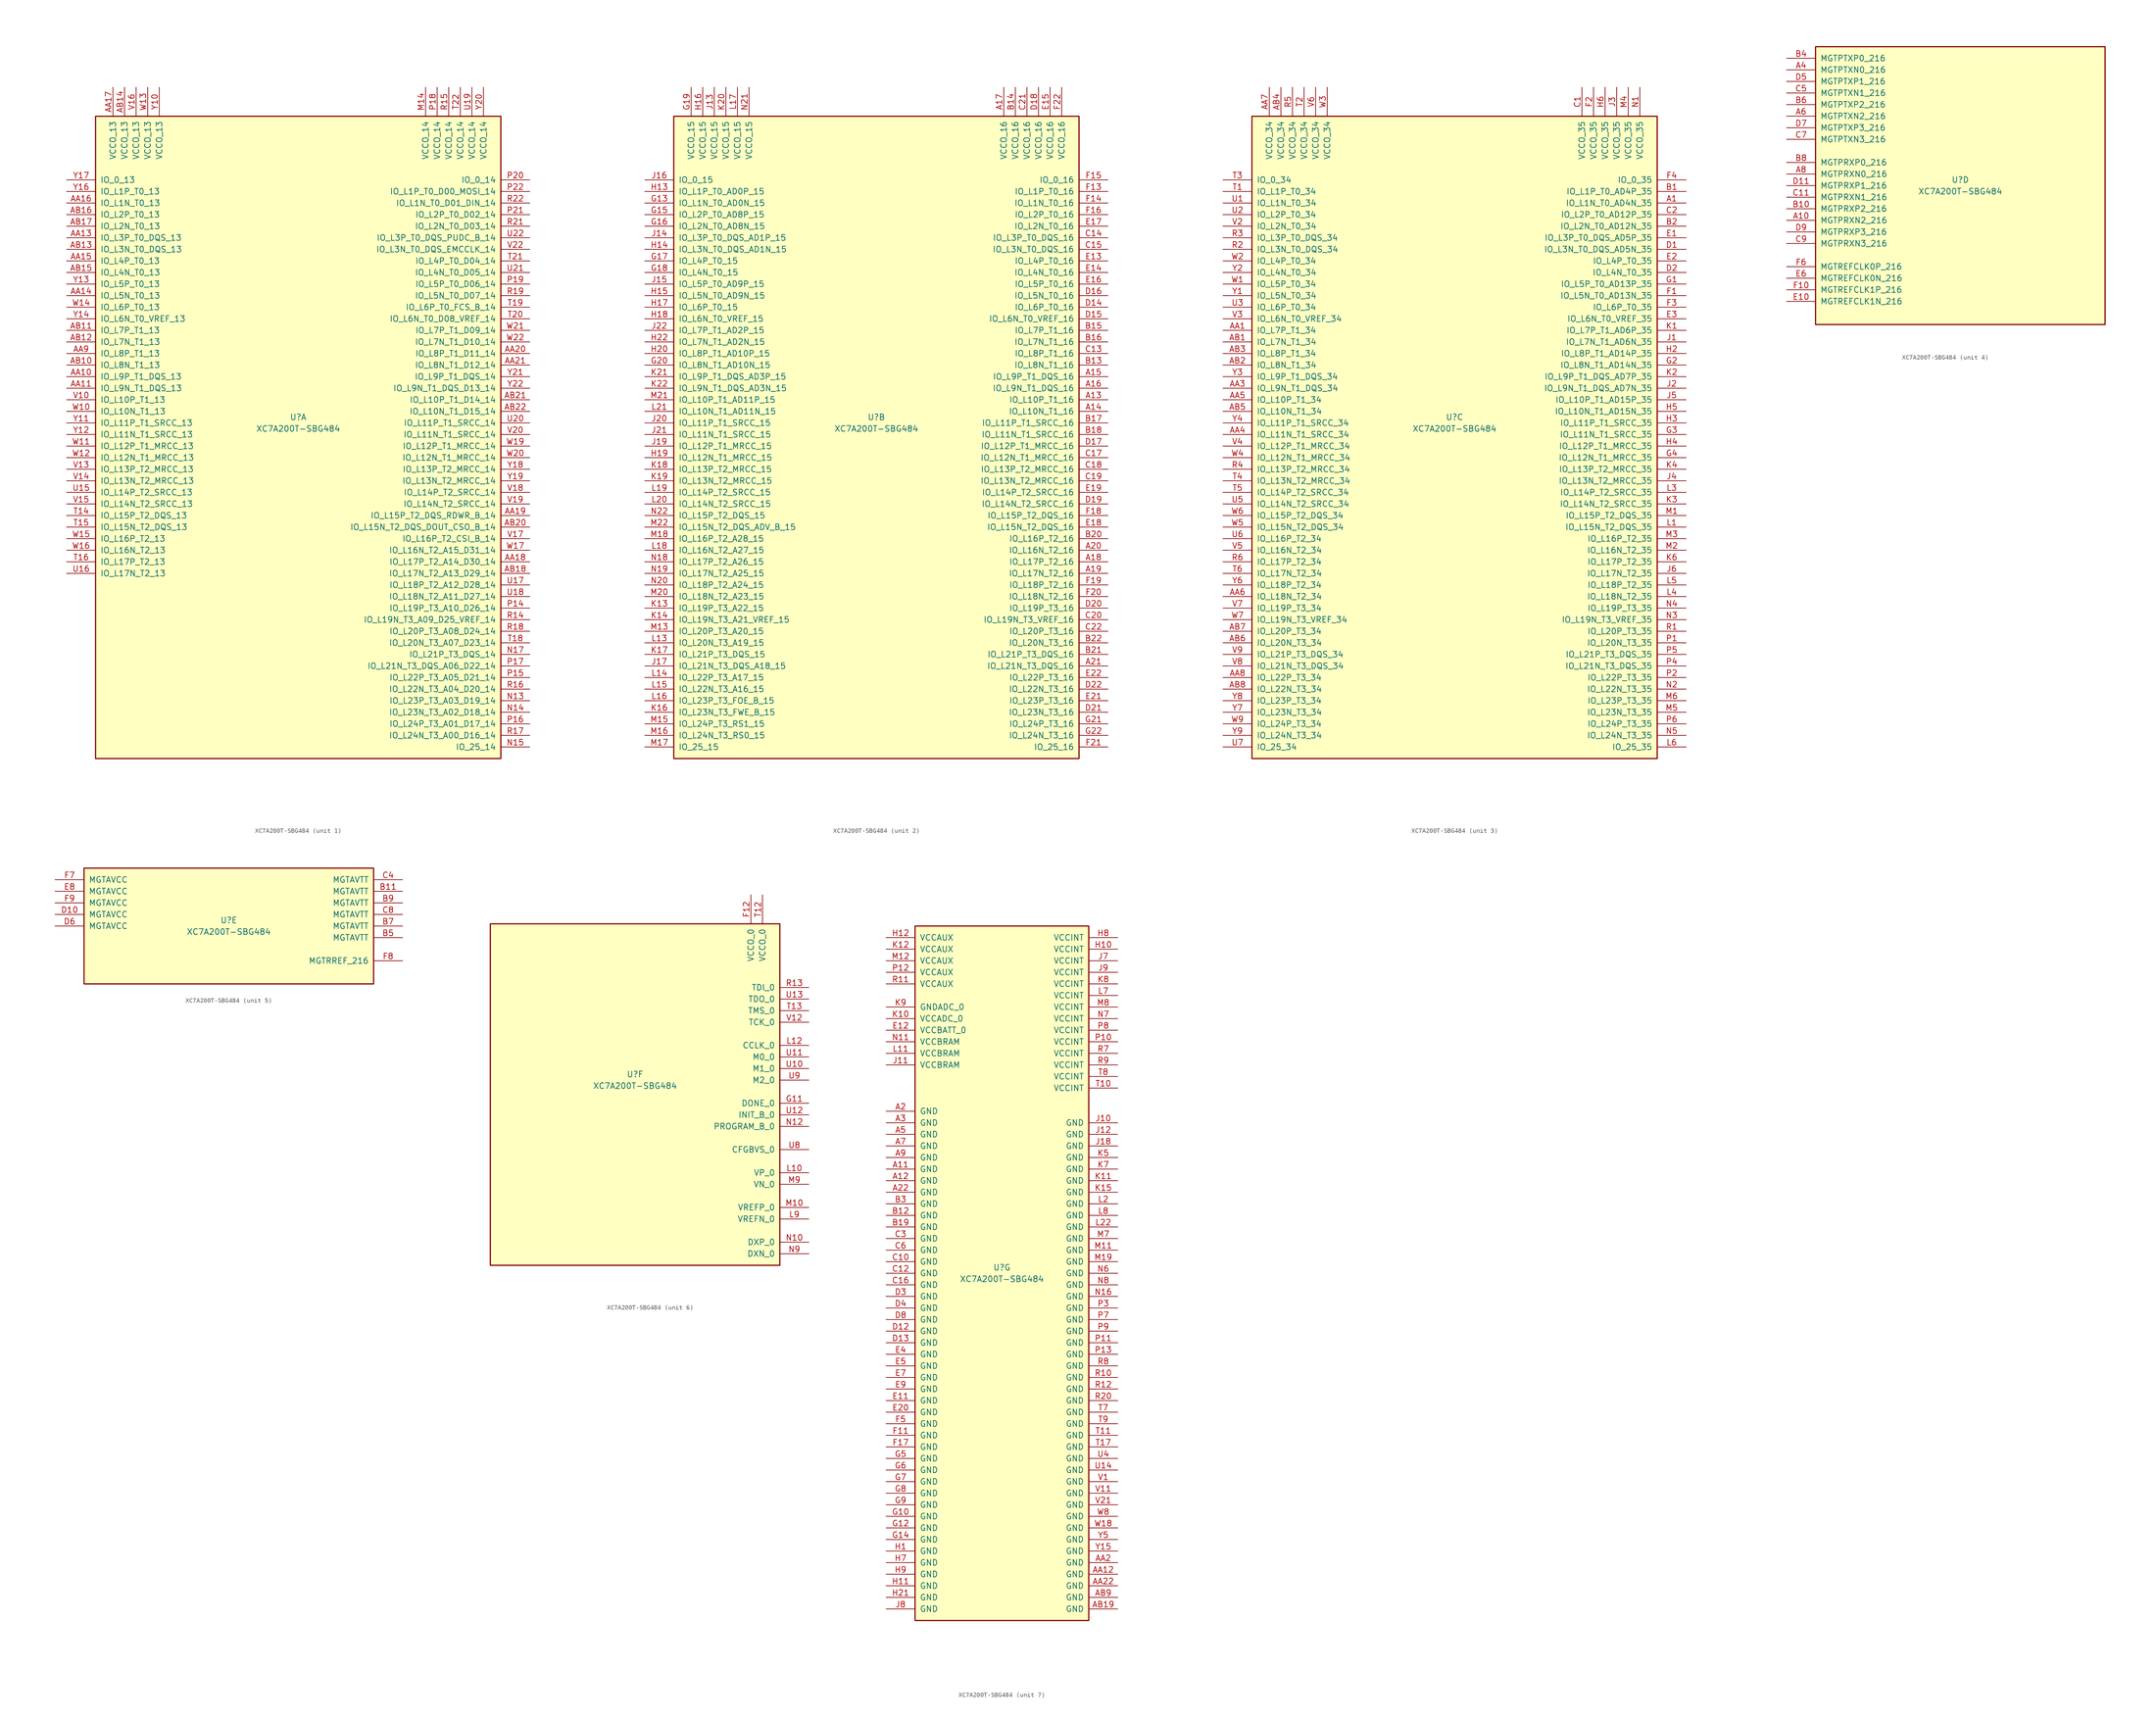
<source format=kicad_sym>
(kicad_symbol_lib
  (version 20231120)
  (generator "kicad_symbol_editor")
  (generator_version "8.0")
  (symbol "XC7A200T-SBG484"
    (pin_names
      (offset 1.016))
    (property "Reference" "U"
      (at 0 1.27 0)
      (effects (font (size 1.27 1.27))))
    (property "Value" "XC7A200T-SBG484"
      (at 0 -1.27 0)
      (effects (font (size 1.27 1.27))))
    (property "Datasheet" ""
      (at 0 0 0)
      (effects (font (size 1.27 1.27))))
    (property "ki_locked" ""
      (at 0 0 0)
      (effects (font (size 1.27 1.27))))
    (symbol "XC7A200T-SBG484_1_1"
      (rectangle (start -44.45 67.31) (end 44.45 -73.66) (stroke (width 0.254) (type solid)) (fill (type background)))
      (pin bidirectional line (at -50.8 10.16 0) (length 6.35) (name "IO_L9P_T1_DQS_13" (effects (font (size 1.27 1.27)))) (number "AA10" (effects (font (size 1.27 1.27)))))
      (pin bidirectional line (at -50.8 7.62 0) (length 6.35) (name "IO_L9N_T1_DQS_13" (effects (font (size 1.27 1.27)))) (number "AA11" (effects (font (size 1.27 1.27)))))
      (pin bidirectional line (at -50.8 40.64 0) (length 6.35) (name "IO_L3P_T0_DQS_13" (effects (font (size 1.27 1.27)))) (number "AA13" (effects (font (size 1.27 1.27)))))
      (pin bidirectional line (at -50.8 27.94 0) (length 6.35) (name "IO_L5N_T0_13" (effects (font (size 1.27 1.27)))) (number "AA14" (effects (font (size 1.27 1.27)))))
      (pin bidirectional line (at -50.8 35.56 0) (length 6.35) (name "IO_L4P_T0_13" (effects (font (size 1.27 1.27)))) (number "AA15" (effects (font (size 1.27 1.27)))))
      (pin bidirectional line (at -50.8 48.26 0) (length 6.35) (name "IO_L1N_T0_13" (effects (font (size 1.27 1.27)))) (number "AA16" (effects (font (size 1.27 1.27)))))
      (pin power_in line (at -40.64 73.66 270) (length 6.35) (name "VCCO_13" (effects (font (size 1.27 1.27)))) (number "AA17" (effects (font (size 1.27 1.27)))))
      (pin bidirectional line (at 50.8 -30.48 180) (length 6.35) (name "IO_L17P_T2_A14_D30_14" (effects (font (size 1.27 1.27)))) (number "AA18" (effects (font (size 1.27 1.27)))))
      (pin bidirectional line (at 50.8 -20.32 180) (length 6.35) (name "IO_L15P_T2_DQS_RDWR_B_14" (effects (font (size 1.27 1.27)))) (number "AA19" (effects (font (size 1.27 1.27)))))
      (pin bidirectional line (at 50.8 15.24 180) (length 6.35) (name "IO_L8P_T1_D11_14" (effects (font (size 1.27 1.27)))) (number "AA20" (effects (font (size 1.27 1.27)))))
      (pin bidirectional line (at 50.8 12.7 180) (length 6.35) (name "IO_L8N_T1_D12_14" (effects (font (size 1.27 1.27)))) (number "AA21" (effects (font (size 1.27 1.27)))))
      (pin bidirectional line (at -50.8 15.24 0) (length 6.35) (name "IO_L8P_T1_13" (effects (font (size 1.27 1.27)))) (number "AA9" (effects (font (size 1.27 1.27)))))
      (pin bidirectional line (at -50.8 12.7 0) (length 6.35) (name "IO_L8N_T1_13" (effects (font (size 1.27 1.27)))) (number "AB10" (effects (font (size 1.27 1.27)))))
      (pin bidirectional line (at -50.8 20.32 0) (length 6.35) (name "IO_L7P_T1_13" (effects (font (size 1.27 1.27)))) (number "AB11" (effects (font (size 1.27 1.27)))))
      (pin bidirectional line (at -50.8 17.78 0) (length 6.35) (name "IO_L7N_T1_13" (effects (font (size 1.27 1.27)))) (number "AB12" (effects (font (size 1.27 1.27)))))
      (pin bidirectional line (at -50.8 38.1 0) (length 6.35) (name "IO_L3N_T0_DQS_13" (effects (font (size 1.27 1.27)))) (number "AB13" (effects (font (size 1.27 1.27)))))
      (pin power_in line (at -38.1 73.66 270) (length 6.35) (name "VCCO_13" (effects (font (size 1.27 1.27)))) (number "AB14" (effects (font (size 1.27 1.27)))))
      (pin bidirectional line (at -50.8 33.02 0) (length 6.35) (name "IO_L4N_T0_13" (effects (font (size 1.27 1.27)))) (number "AB15" (effects (font (size 1.27 1.27)))))
      (pin bidirectional line (at -50.8 45.72 0) (length 6.35) (name "IO_L2P_T0_13" (effects (font (size 1.27 1.27)))) (number "AB16" (effects (font (size 1.27 1.27)))))
      (pin bidirectional line (at -50.8 43.18 0) (length 6.35) (name "IO_L2N_T0_13" (effects (font (size 1.27 1.27)))) (number "AB17" (effects (font (size 1.27 1.27)))))
      (pin bidirectional line (at 50.8 -33.02 180) (length 6.35) (name "IO_L17N_T2_A13_D29_14" (effects (font (size 1.27 1.27)))) (number "AB18" (effects (font (size 1.27 1.27)))))
      (pin bidirectional line (at 50.8 -22.86 180) (length 6.35) (name "IO_L15N_T2_DQS_DOUT_CSO_B_14" (effects (font (size 1.27 1.27)))) (number "AB20" (effects (font (size 1.27 1.27)))))
      (pin bidirectional line (at 50.8 5.08 180) (length 6.35) (name "IO_L10P_T1_D14_14" (effects (font (size 1.27 1.27)))) (number "AB21" (effects (font (size 1.27 1.27)))))
      (pin bidirectional line (at 50.8 2.54 180) (length 6.35) (name "IO_L10N_T1_D15_14" (effects (font (size 1.27 1.27)))) (number "AB22" (effects (font (size 1.27 1.27)))))
      (pin power_in line (at 27.94 73.66 270) (length 6.35) (name "VCCO_14" (effects (font (size 1.27 1.27)))) (number "M14" (effects (font (size 1.27 1.27)))))
      (pin bidirectional line (at 50.8 -60.96 180) (length 6.35) (name "IO_L23P_T3_A03_D19_14" (effects (font (size 1.27 1.27)))) (number "N13" (effects (font (size 1.27 1.27)))))
      (pin bidirectional line (at 50.8 -63.5 180) (length 6.35) (name "IO_L23N_T3_A02_D18_14" (effects (font (size 1.27 1.27)))) (number "N14" (effects (font (size 1.27 1.27)))))
      (pin bidirectional line (at 50.8 -71.12 180) (length 6.35) (name "IO_25_14" (effects (font (size 1.27 1.27)))) (number "N15" (effects (font (size 1.27 1.27)))))
      (pin bidirectional line (at 50.8 -50.8 180) (length 6.35) (name "IO_L21P_T3_DQS_14" (effects (font (size 1.27 1.27)))) (number "N17" (effects (font (size 1.27 1.27)))))
      (pin bidirectional line (at 50.8 -40.64 180) (length 6.35) (name "IO_L19P_T3_A10_D26_14" (effects (font (size 1.27 1.27)))) (number "P14" (effects (font (size 1.27 1.27)))))
      (pin bidirectional line (at 50.8 -55.88 180) (length 6.35) (name "IO_L22P_T3_A05_D21_14" (effects (font (size 1.27 1.27)))) (number "P15" (effects (font (size 1.27 1.27)))))
      (pin bidirectional line (at 50.8 -66.04 180) (length 6.35) (name "IO_L24P_T3_A01_D17_14" (effects (font (size 1.27 1.27)))) (number "P16" (effects (font (size 1.27 1.27)))))
      (pin bidirectional line (at 50.8 -53.34 180) (length 6.35) (name "IO_L21N_T3_DQS_A06_D22_14" (effects (font (size 1.27 1.27)))) (number "P17" (effects (font (size 1.27 1.27)))))
      (pin power_in line (at 30.48 73.66 270) (length 6.35) (name "VCCO_14" (effects (font (size 1.27 1.27)))) (number "P18" (effects (font (size 1.27 1.27)))))
      (pin bidirectional line (at 50.8 30.48 180) (length 6.35) (name "IO_L5P_T0_D06_14" (effects (font (size 1.27 1.27)))) (number "P19" (effects (font (size 1.27 1.27)))))
      (pin bidirectional line (at 50.8 53.34 180) (length 6.35) (name "IO_0_14" (effects (font (size 1.27 1.27)))) (number "P20" (effects (font (size 1.27 1.27)))))
      (pin bidirectional line (at 50.8 45.72 180) (length 6.35) (name "IO_L2P_T0_D02_14" (effects (font (size 1.27 1.27)))) (number "P21" (effects (font (size 1.27 1.27)))))
      (pin bidirectional line (at 50.8 50.8 180) (length 6.35) (name "IO_L1P_T0_D00_MOSI_14" (effects (font (size 1.27 1.27)))) (number "P22" (effects (font (size 1.27 1.27)))))
      (pin bidirectional line (at 50.8 -43.18 180) (length 6.35) (name "IO_L19N_T3_A09_D25_VREF_14" (effects (font (size 1.27 1.27)))) (number "R14" (effects (font (size 1.27 1.27)))))
      (pin power_in line (at 33.02 73.66 270) (length 6.35) (name "VCCO_14" (effects (font (size 1.27 1.27)))) (number "R15" (effects (font (size 1.27 1.27)))))
      (pin bidirectional line (at 50.8 -58.42 180) (length 6.35) (name "IO_L22N_T3_A04_D20_14" (effects (font (size 1.27 1.27)))) (number "R16" (effects (font (size 1.27 1.27)))))
      (pin bidirectional line (at 50.8 -68.58 180) (length 6.35) (name "IO_L24N_T3_A00_D16_14" (effects (font (size 1.27 1.27)))) (number "R17" (effects (font (size 1.27 1.27)))))
      (pin bidirectional line (at 50.8 -45.72 180) (length 6.35) (name "IO_L20P_T3_A08_D24_14" (effects (font (size 1.27 1.27)))) (number "R18" (effects (font (size 1.27 1.27)))))
      (pin bidirectional line (at 50.8 27.94 180) (length 6.35) (name "IO_L5N_T0_D07_14" (effects (font (size 1.27 1.27)))) (number "R19" (effects (font (size 1.27 1.27)))))
      (pin bidirectional line (at 50.8 43.18 180) (length 6.35) (name "IO_L2N_T0_D03_14" (effects (font (size 1.27 1.27)))) (number "R21" (effects (font (size 1.27 1.27)))))
      (pin bidirectional line (at 50.8 48.26 180) (length 6.35) (name "IO_L1N_T0_D01_DIN_14" (effects (font (size 1.27 1.27)))) (number "R22" (effects (font (size 1.27 1.27)))))
      (pin bidirectional line (at -50.8 -20.32 0) (length 6.35) (name "IO_L15P_T2_DQS_13" (effects (font (size 1.27 1.27)))) (number "T14" (effects (font (size 1.27 1.27)))))
      (pin bidirectional line (at -50.8 -22.86 0) (length 6.35) (name "IO_L15N_T2_DQS_13" (effects (font (size 1.27 1.27)))) (number "T15" (effects (font (size 1.27 1.27)))))
      (pin bidirectional line (at -50.8 -30.48 0) (length 6.35) (name "IO_L17P_T2_13" (effects (font (size 1.27 1.27)))) (number "T16" (effects (font (size 1.27 1.27)))))
      (pin bidirectional line (at 50.8 -48.26 180) (length 6.35) (name "IO_L20N_T3_A07_D23_14" (effects (font (size 1.27 1.27)))) (number "T18" (effects (font (size 1.27 1.27)))))
      (pin bidirectional line (at 50.8 25.4 180) (length 6.35) (name "IO_L6P_T0_FCS_B_14" (effects (font (size 1.27 1.27)))) (number "T19" (effects (font (size 1.27 1.27)))))
      (pin bidirectional line (at 50.8 22.86 180) (length 6.35) (name "IO_L6N_T0_D08_VREF_14" (effects (font (size 1.27 1.27)))) (number "T20" (effects (font (size 1.27 1.27)))))
      (pin bidirectional line (at 50.8 35.56 180) (length 6.35) (name "IO_L4P_T0_D04_14" (effects (font (size 1.27 1.27)))) (number "T21" (effects (font (size 1.27 1.27)))))
      (pin power_in line (at 35.56 73.66 270) (length 6.35) (name "VCCO_14" (effects (font (size 1.27 1.27)))) (number "T22" (effects (font (size 1.27 1.27)))))
      (pin bidirectional line (at -50.8 -15.24 0) (length 6.35) (name "IO_L14P_T2_SRCC_13" (effects (font (size 1.27 1.27)))) (number "U15" (effects (font (size 1.27 1.27)))))
      (pin bidirectional line (at -50.8 -33.02 0) (length 6.35) (name "IO_L17N_T2_13" (effects (font (size 1.27 1.27)))) (number "U16" (effects (font (size 1.27 1.27)))))
      (pin bidirectional line (at 50.8 -35.56 180) (length 6.35) (name "IO_L18P_T2_A12_D28_14" (effects (font (size 1.27 1.27)))) (number "U17" (effects (font (size 1.27 1.27)))))
      (pin bidirectional line (at 50.8 -38.1 180) (length 6.35) (name "IO_L18N_T2_A11_D27_14" (effects (font (size 1.27 1.27)))) (number "U18" (effects (font (size 1.27 1.27)))))
      (pin power_in line (at 38.1 73.66 270) (length 6.35) (name "VCCO_14" (effects (font (size 1.27 1.27)))) (number "U19" (effects (font (size 1.27 1.27)))))
      (pin bidirectional line (at 50.8 0 180) (length 6.35) (name "IO_L11P_T1_SRCC_14" (effects (font (size 1.27 1.27)))) (number "U20" (effects (font (size 1.27 1.27)))))
      (pin bidirectional line (at 50.8 33.02 180) (length 6.35) (name "IO_L4N_T0_D05_14" (effects (font (size 1.27 1.27)))) (number "U21" (effects (font (size 1.27 1.27)))))
      (pin bidirectional line (at 50.8 40.64 180) (length 6.35) (name "IO_L3P_T0_DQS_PUDC_B_14" (effects (font (size 1.27 1.27)))) (number "U22" (effects (font (size 1.27 1.27)))))
      (pin bidirectional line (at -50.8 5.08 0) (length 6.35) (name "IO_L10P_T1_13" (effects (font (size 1.27 1.27)))) (number "V10" (effects (font (size 1.27 1.27)))))
      (pin bidirectional line (at -50.8 -10.16 0) (length 6.35) (name "IO_L13P_T2_MRCC_13" (effects (font (size 1.27 1.27)))) (number "V13" (effects (font (size 1.27 1.27)))))
      (pin bidirectional line (at -50.8 -12.7 0) (length 6.35) (name "IO_L13N_T2_MRCC_13" (effects (font (size 1.27 1.27)))) (number "V14" (effects (font (size 1.27 1.27)))))
      (pin bidirectional line (at -50.8 -17.78 0) (length 6.35) (name "IO_L14N_T2_SRCC_13" (effects (font (size 1.27 1.27)))) (number "V15" (effects (font (size 1.27 1.27)))))
      (pin power_in line (at -35.56 73.66 270) (length 6.35) (name "VCCO_13" (effects (font (size 1.27 1.27)))) (number "V16" (effects (font (size 1.27 1.27)))))
      (pin bidirectional line (at 50.8 -25.4 180) (length 6.35) (name "IO_L16P_T2_CSI_B_14" (effects (font (size 1.27 1.27)))) (number "V17" (effects (font (size 1.27 1.27)))))
      (pin bidirectional line (at 50.8 -15.24 180) (length 6.35) (name "IO_L14P_T2_SRCC_14" (effects (font (size 1.27 1.27)))) (number "V18" (effects (font (size 1.27 1.27)))))
      (pin bidirectional line (at 50.8 -17.78 180) (length 6.35) (name "IO_L14N_T2_SRCC_14" (effects (font (size 1.27 1.27)))) (number "V19" (effects (font (size 1.27 1.27)))))
      (pin bidirectional line (at 50.8 -2.54 180) (length 6.35) (name "IO_L11N_T1_SRCC_14" (effects (font (size 1.27 1.27)))) (number "V20" (effects (font (size 1.27 1.27)))))
      (pin bidirectional line (at 50.8 38.1 180) (length 6.35) (name "IO_L3N_T0_DQS_EMCCLK_14" (effects (font (size 1.27 1.27)))) (number "V22" (effects (font (size 1.27 1.27)))))
      (pin bidirectional line (at -50.8 2.54 0) (length 6.35) (name "IO_L10N_T1_13" (effects (font (size 1.27 1.27)))) (number "W10" (effects (font (size 1.27 1.27)))))
      (pin bidirectional line (at -50.8 -5.08 0) (length 6.35) (name "IO_L12P_T1_MRCC_13" (effects (font (size 1.27 1.27)))) (number "W11" (effects (font (size 1.27 1.27)))))
      (pin bidirectional line (at -50.8 -7.62 0) (length 6.35) (name "IO_L12N_T1_MRCC_13" (effects (font (size 1.27 1.27)))) (number "W12" (effects (font (size 1.27 1.27)))))
      (pin power_in line (at -33.02 73.66 270) (length 6.35) (name "VCCO_13" (effects (font (size 1.27 1.27)))) (number "W13" (effects (font (size 1.27 1.27)))))
      (pin bidirectional line (at -50.8 25.4 0) (length 6.35) (name "IO_L6P_T0_13" (effects (font (size 1.27 1.27)))) (number "W14" (effects (font (size 1.27 1.27)))))
      (pin bidirectional line (at -50.8 -25.4 0) (length 6.35) (name "IO_L16P_T2_13" (effects (font (size 1.27 1.27)))) (number "W15" (effects (font (size 1.27 1.27)))))
      (pin bidirectional line (at -50.8 -27.94 0) (length 6.35) (name "IO_L16N_T2_13" (effects (font (size 1.27 1.27)))) (number "W16" (effects (font (size 1.27 1.27)))))
      (pin bidirectional line (at 50.8 -27.94 180) (length 6.35) (name "IO_L16N_T2_A15_D31_14" (effects (font (size 1.27 1.27)))) (number "W17" (effects (font (size 1.27 1.27)))))
      (pin bidirectional line (at 50.8 -5.08 180) (length 6.35) (name "IO_L12P_T1_MRCC_14" (effects (font (size 1.27 1.27)))) (number "W19" (effects (font (size 1.27 1.27)))))
      (pin bidirectional line (at 50.8 -7.62 180) (length 6.35) (name "IO_L12N_T1_MRCC_14" (effects (font (size 1.27 1.27)))) (number "W20" (effects (font (size 1.27 1.27)))))
      (pin bidirectional line (at 50.8 20.32 180) (length 6.35) (name "IO_L7P_T1_D09_14" (effects (font (size 1.27 1.27)))) (number "W21" (effects (font (size 1.27 1.27)))))
      (pin bidirectional line (at 50.8 17.78 180) (length 6.35) (name "IO_L7N_T1_D10_14" (effects (font (size 1.27 1.27)))) (number "W22" (effects (font (size 1.27 1.27)))))
      (pin power_in line (at -30.48 73.66 270) (length 6.35) (name "VCCO_13" (effects (font (size 1.27 1.27)))) (number "Y10" (effects (font (size 1.27 1.27)))))
      (pin bidirectional line (at -50.8 0 0) (length 6.35) (name "IO_L11P_T1_SRCC_13" (effects (font (size 1.27 1.27)))) (number "Y11" (effects (font (size 1.27 1.27)))))
      (pin bidirectional line (at -50.8 -2.54 0) (length 6.35) (name "IO_L11N_T1_SRCC_13" (effects (font (size 1.27 1.27)))) (number "Y12" (effects (font (size 1.27 1.27)))))
      (pin bidirectional line (at -50.8 30.48 0) (length 6.35) (name "IO_L5P_T0_13" (effects (font (size 1.27 1.27)))) (number "Y13" (effects (font (size 1.27 1.27)))))
      (pin bidirectional line (at -50.8 22.86 0) (length 6.35) (name "IO_L6N_T0_VREF_13" (effects (font (size 1.27 1.27)))) (number "Y14" (effects (font (size 1.27 1.27)))))
      (pin bidirectional line (at -50.8 50.8 0) (length 6.35) (name "IO_L1P_T0_13" (effects (font (size 1.27 1.27)))) (number "Y16" (effects (font (size 1.27 1.27)))))
      (pin bidirectional line (at -50.8 53.34 0) (length 6.35) (name "IO_0_13" (effects (font (size 1.27 1.27)))) (number "Y17" (effects (font (size 1.27 1.27)))))
      (pin bidirectional line (at 50.8 -10.16 180) (length 6.35) (name "IO_L13P_T2_MRCC_14" (effects (font (size 1.27 1.27)))) (number "Y18" (effects (font (size 1.27 1.27)))))
      (pin bidirectional line (at 50.8 -12.7 180) (length 6.35) (name "IO_L13N_T2_MRCC_14" (effects (font (size 1.27 1.27)))) (number "Y19" (effects (font (size 1.27 1.27)))))
      (pin power_in line (at 40.64 73.66 270) (length 6.35) (name "VCCO_14" (effects (font (size 1.27 1.27)))) (number "Y20" (effects (font (size 1.27 1.27)))))
      (pin bidirectional line (at 50.8 10.16 180) (length 6.35) (name "IO_L9P_T1_DQS_14" (effects (font (size 1.27 1.27)))) (number "Y21" (effects (font (size 1.27 1.27)))))
      (pin bidirectional line (at 50.8 7.62 180) (length 6.35) (name "IO_L9N_T1_DQS_D13_14" (effects (font (size 1.27 1.27)))) (number "Y22" (effects (font (size 1.27 1.27))))))
    (symbol "XC7A200T-SBG484_2_1"
      (rectangle (start -44.45 67.31) (end 44.45 -73.66) (stroke (width 0.254) (type solid)) (fill (type background)))
      (pin bidirectional line (at 50.8 5.08 180) (length 6.35) (name "IO_L10P_T1_16" (effects (font (size 1.27 1.27)))) (number "A13" (effects (font (size 1.27 1.27)))))
      (pin bidirectional line (at 50.8 2.54 180) (length 6.35) (name "IO_L10N_T1_16" (effects (font (size 1.27 1.27)))) (number "A14" (effects (font (size 1.27 1.27)))))
      (pin bidirectional line (at 50.8 10.16 180) (length 6.35) (name "IO_L9P_T1_DQS_16" (effects (font (size 1.27 1.27)))) (number "A15" (effects (font (size 1.27 1.27)))))
      (pin bidirectional line (at 50.8 7.62 180) (length 6.35) (name "IO_L9N_T1_DQS_16" (effects (font (size 1.27 1.27)))) (number "A16" (effects (font (size 1.27 1.27)))))
      (pin power_in line (at 27.94 73.66 270) (length 6.35) (name "VCCO_16" (effects (font (size 1.27 1.27)))) (number "A17" (effects (font (size 1.27 1.27)))))
      (pin bidirectional line (at 50.8 -30.48 180) (length 6.35) (name "IO_L17P_T2_16" (effects (font (size 1.27 1.27)))) (number "A18" (effects (font (size 1.27 1.27)))))
      (pin bidirectional line (at 50.8 -33.02 180) (length 6.35) (name "IO_L17N_T2_16" (effects (font (size 1.27 1.27)))) (number "A19" (effects (font (size 1.27 1.27)))))
      (pin bidirectional line (at 50.8 -27.94 180) (length 6.35) (name "IO_L16N_T2_16" (effects (font (size 1.27 1.27)))) (number "A20" (effects (font (size 1.27 1.27)))))
      (pin bidirectional line (at 50.8 -53.34 180) (length 6.35) (name "IO_L21N_T3_DQS_16" (effects (font (size 1.27 1.27)))) (number "A21" (effects (font (size 1.27 1.27)))))
      (pin bidirectional line (at 50.8 12.7 180) (length 6.35) (name "IO_L8N_T1_16" (effects (font (size 1.27 1.27)))) (number "B13" (effects (font (size 1.27 1.27)))))
      (pin power_in line (at 30.48 73.66 270) (length 6.35) (name "VCCO_16" (effects (font (size 1.27 1.27)))) (number "B14" (effects (font (size 1.27 1.27)))))
      (pin bidirectional line (at 50.8 20.32 180) (length 6.35) (name "IO_L7P_T1_16" (effects (font (size 1.27 1.27)))) (number "B15" (effects (font (size 1.27 1.27)))))
      (pin bidirectional line (at 50.8 17.78 180) (length 6.35) (name "IO_L7N_T1_16" (effects (font (size 1.27 1.27)))) (number "B16" (effects (font (size 1.27 1.27)))))
      (pin bidirectional line (at 50.8 0 180) (length 6.35) (name "IO_L11P_T1_SRCC_16" (effects (font (size 1.27 1.27)))) (number "B17" (effects (font (size 1.27 1.27)))))
      (pin bidirectional line (at 50.8 -2.54 180) (length 6.35) (name "IO_L11N_T1_SRCC_16" (effects (font (size 1.27 1.27)))) (number "B18" (effects (font (size 1.27 1.27)))))
      (pin bidirectional line (at 50.8 -25.4 180) (length 6.35) (name "IO_L16P_T2_16" (effects (font (size 1.27 1.27)))) (number "B20" (effects (font (size 1.27 1.27)))))
      (pin bidirectional line (at 50.8 -50.8 180) (length 6.35) (name "IO_L21P_T3_DQS_16" (effects (font (size 1.27 1.27)))) (number "B21" (effects (font (size 1.27 1.27)))))
      (pin bidirectional line (at 50.8 -48.26 180) (length 6.35) (name "IO_L20N_T3_16" (effects (font (size 1.27 1.27)))) (number "B22" (effects (font (size 1.27 1.27)))))
      (pin bidirectional line (at 50.8 15.24 180) (length 6.35) (name "IO_L8P_T1_16" (effects (font (size 1.27 1.27)))) (number "C13" (effects (font (size 1.27 1.27)))))
      (pin bidirectional line (at 50.8 40.64 180) (length 6.35) (name "IO_L3P_T0_DQS_16" (effects (font (size 1.27 1.27)))) (number "C14" (effects (font (size 1.27 1.27)))))
      (pin bidirectional line (at 50.8 38.1 180) (length 6.35) (name "IO_L3N_T0_DQS_16" (effects (font (size 1.27 1.27)))) (number "C15" (effects (font (size 1.27 1.27)))))
      (pin bidirectional line (at 50.8 -7.62 180) (length 6.35) (name "IO_L12N_T1_MRCC_16" (effects (font (size 1.27 1.27)))) (number "C17" (effects (font (size 1.27 1.27)))))
      (pin bidirectional line (at 50.8 -10.16 180) (length 6.35) (name "IO_L13P_T2_MRCC_16" (effects (font (size 1.27 1.27)))) (number "C18" (effects (font (size 1.27 1.27)))))
      (pin bidirectional line (at 50.8 -12.7 180) (length 6.35) (name "IO_L13N_T2_MRCC_16" (effects (font (size 1.27 1.27)))) (number "C19" (effects (font (size 1.27 1.27)))))
      (pin bidirectional line (at 50.8 -43.18 180) (length 6.35) (name "IO_L19N_T3_VREF_16" (effects (font (size 1.27 1.27)))) (number "C20" (effects (font (size 1.27 1.27)))))
      (pin power_in line (at 33.02 73.66 270) (length 6.35) (name "VCCO_16" (effects (font (size 1.27 1.27)))) (number "C21" (effects (font (size 1.27 1.27)))))
      (pin bidirectional line (at 50.8 -45.72 180) (length 6.35) (name "IO_L20P_T3_16" (effects (font (size 1.27 1.27)))) (number "C22" (effects (font (size 1.27 1.27)))))
      (pin bidirectional line (at 50.8 25.4 180) (length 6.35) (name "IO_L6P_T0_16" (effects (font (size 1.27 1.27)))) (number "D14" (effects (font (size 1.27 1.27)))))
      (pin bidirectional line (at 50.8 22.86 180) (length 6.35) (name "IO_L6N_T0_VREF_16" (effects (font (size 1.27 1.27)))) (number "D15" (effects (font (size 1.27 1.27)))))
      (pin bidirectional line (at 50.8 27.94 180) (length 6.35) (name "IO_L5N_T0_16" (effects (font (size 1.27 1.27)))) (number "D16" (effects (font (size 1.27 1.27)))))
      (pin bidirectional line (at 50.8 -5.08 180) (length 6.35) (name "IO_L12P_T1_MRCC_16" (effects (font (size 1.27 1.27)))) (number "D17" (effects (font (size 1.27 1.27)))))
      (pin power_in line (at 35.56 73.66 270) (length 6.35) (name "VCCO_16" (effects (font (size 1.27 1.27)))) (number "D18" (effects (font (size 1.27 1.27)))))
      (pin bidirectional line (at 50.8 -17.78 180) (length 6.35) (name "IO_L14N_T2_SRCC_16" (effects (font (size 1.27 1.27)))) (number "D19" (effects (font (size 1.27 1.27)))))
      (pin bidirectional line (at 50.8 -40.64 180) (length 6.35) (name "IO_L19P_T3_16" (effects (font (size 1.27 1.27)))) (number "D20" (effects (font (size 1.27 1.27)))))
      (pin bidirectional line (at 50.8 -63.5 180) (length 6.35) (name "IO_L23N_T3_16" (effects (font (size 1.27 1.27)))) (number "D21" (effects (font (size 1.27 1.27)))))
      (pin bidirectional line (at 50.8 -58.42 180) (length 6.35) (name "IO_L22N_T3_16" (effects (font (size 1.27 1.27)))) (number "D22" (effects (font (size 1.27 1.27)))))
      (pin bidirectional line (at 50.8 35.56 180) (length 6.35) (name "IO_L4P_T0_16" (effects (font (size 1.27 1.27)))) (number "E13" (effects (font (size 1.27 1.27)))))
      (pin bidirectional line (at 50.8 33.02 180) (length 6.35) (name "IO_L4N_T0_16" (effects (font (size 1.27 1.27)))) (number "E14" (effects (font (size 1.27 1.27)))))
      (pin power_in line (at 38.1 73.66 270) (length 6.35) (name "VCCO_16" (effects (font (size 1.27 1.27)))) (number "E15" (effects (font (size 1.27 1.27)))))
      (pin bidirectional line (at 50.8 30.48 180) (length 6.35) (name "IO_L5P_T0_16" (effects (font (size 1.27 1.27)))) (number "E16" (effects (font (size 1.27 1.27)))))
      (pin bidirectional line (at 50.8 43.18 180) (length 6.35) (name "IO_L2N_T0_16" (effects (font (size 1.27 1.27)))) (number "E17" (effects (font (size 1.27 1.27)))))
      (pin bidirectional line (at 50.8 -22.86 180) (length 6.35) (name "IO_L15N_T2_DQS_16" (effects (font (size 1.27 1.27)))) (number "E18" (effects (font (size 1.27 1.27)))))
      (pin bidirectional line (at 50.8 -15.24 180) (length 6.35) (name "IO_L14P_T2_SRCC_16" (effects (font (size 1.27 1.27)))) (number "E19" (effects (font (size 1.27 1.27)))))
      (pin bidirectional line (at 50.8 -60.96 180) (length 6.35) (name "IO_L23P_T3_16" (effects (font (size 1.27 1.27)))) (number "E21" (effects (font (size 1.27 1.27)))))
      (pin bidirectional line (at 50.8 -55.88 180) (length 6.35) (name "IO_L22P_T3_16" (effects (font (size 1.27 1.27)))) (number "E22" (effects (font (size 1.27 1.27)))))
      (pin bidirectional line (at 50.8 50.8 180) (length 6.35) (name "IO_L1P_T0_16" (effects (font (size 1.27 1.27)))) (number "F13" (effects (font (size 1.27 1.27)))))
      (pin bidirectional line (at 50.8 48.26 180) (length 6.35) (name "IO_L1N_T0_16" (effects (font (size 1.27 1.27)))) (number "F14" (effects (font (size 1.27 1.27)))))
      (pin bidirectional line (at 50.8 53.34 180) (length 6.35) (name "IO_0_16" (effects (font (size 1.27 1.27)))) (number "F15" (effects (font (size 1.27 1.27)))))
      (pin bidirectional line (at 50.8 45.72 180) (length 6.35) (name "IO_L2P_T0_16" (effects (font (size 1.27 1.27)))) (number "F16" (effects (font (size 1.27 1.27)))))
      (pin bidirectional line (at 50.8 -20.32 180) (length 6.35) (name "IO_L15P_T2_DQS_16" (effects (font (size 1.27 1.27)))) (number "F18" (effects (font (size 1.27 1.27)))))
      (pin bidirectional line (at 50.8 -35.56 180) (length 6.35) (name "IO_L18P_T2_16" (effects (font (size 1.27 1.27)))) (number "F19" (effects (font (size 1.27 1.27)))))
      (pin bidirectional line (at 50.8 -38.1 180) (length 6.35) (name "IO_L18N_T2_16" (effects (font (size 1.27 1.27)))) (number "F20" (effects (font (size 1.27 1.27)))))
      (pin bidirectional line (at 50.8 -71.12 180) (length 6.35) (name "IO_25_16" (effects (font (size 1.27 1.27)))) (number "F21" (effects (font (size 1.27 1.27)))))
      (pin power_in line (at 40.64 73.66 270) (length 6.35) (name "VCCO_16" (effects (font (size 1.27 1.27)))) (number "F22" (effects (font (size 1.27 1.27)))))
      (pin bidirectional line (at -50.8 48.26 0) (length 6.35) (name "IO_L1N_T0_AD0N_15" (effects (font (size 1.27 1.27)))) (number "G13" (effects (font (size 1.27 1.27)))))
      (pin bidirectional line (at -50.8 45.72 0) (length 6.35) (name "IO_L2P_T0_AD8P_15" (effects (font (size 1.27 1.27)))) (number "G15" (effects (font (size 1.27 1.27)))))
      (pin bidirectional line (at -50.8 43.18 0) (length 6.35) (name "IO_L2N_T0_AD8N_15" (effects (font (size 1.27 1.27)))) (number "G16" (effects (font (size 1.27 1.27)))))
      (pin bidirectional line (at -50.8 35.56 0) (length 6.35) (name "IO_L4P_T0_15" (effects (font (size 1.27 1.27)))) (number "G17" (effects (font (size 1.27 1.27)))))
      (pin bidirectional line (at -50.8 33.02 0) (length 6.35) (name "IO_L4N_T0_15" (effects (font (size 1.27 1.27)))) (number "G18" (effects (font (size 1.27 1.27)))))
      (pin power_in line (at -40.64 73.66 270) (length 6.35) (name "VCCO_15" (effects (font (size 1.27 1.27)))) (number "G19" (effects (font (size 1.27 1.27)))))
      (pin bidirectional line (at -50.8 12.7 0) (length 6.35) (name "IO_L8N_T1_AD10N_15" (effects (font (size 1.27 1.27)))) (number "G20" (effects (font (size 1.27 1.27)))))
      (pin bidirectional line (at 50.8 -66.04 180) (length 6.35) (name "IO_L24P_T3_16" (effects (font (size 1.27 1.27)))) (number "G21" (effects (font (size 1.27 1.27)))))
      (pin bidirectional line (at 50.8 -68.58 180) (length 6.35) (name "IO_L24N_T3_16" (effects (font (size 1.27 1.27)))) (number "G22" (effects (font (size 1.27 1.27)))))
      (pin bidirectional line (at -50.8 50.8 0) (length 6.35) (name "IO_L1P_T0_AD0P_15" (effects (font (size 1.27 1.27)))) (number "H13" (effects (font (size 1.27 1.27)))))
      (pin bidirectional line (at -50.8 38.1 0) (length 6.35) (name "IO_L3N_T0_DQS_AD1N_15" (effects (font (size 1.27 1.27)))) (number "H14" (effects (font (size 1.27 1.27)))))
      (pin bidirectional line (at -50.8 27.94 0) (length 6.35) (name "IO_L5N_T0_AD9N_15" (effects (font (size 1.27 1.27)))) (number "H15" (effects (font (size 1.27 1.27)))))
      (pin power_in line (at -38.1 73.66 270) (length 6.35) (name "VCCO_15" (effects (font (size 1.27 1.27)))) (number "H16" (effects (font (size 1.27 1.27)))))
      (pin bidirectional line (at -50.8 25.4 0) (length 6.35) (name "IO_L6P_T0_15" (effects (font (size 1.27 1.27)))) (number "H17" (effects (font (size 1.27 1.27)))))
      (pin bidirectional line (at -50.8 22.86 0) (length 6.35) (name "IO_L6N_T0_VREF_15" (effects (font (size 1.27 1.27)))) (number "H18" (effects (font (size 1.27 1.27)))))
      (pin bidirectional line (at -50.8 -7.62 0) (length 6.35) (name "IO_L12N_T1_MRCC_15" (effects (font (size 1.27 1.27)))) (number "H19" (effects (font (size 1.27 1.27)))))
      (pin bidirectional line (at -50.8 15.24 0) (length 6.35) (name "IO_L8P_T1_AD10P_15" (effects (font (size 1.27 1.27)))) (number "H20" (effects (font (size 1.27 1.27)))))
      (pin bidirectional line (at -50.8 17.78 0) (length 6.35) (name "IO_L7N_T1_AD2N_15" (effects (font (size 1.27 1.27)))) (number "H22" (effects (font (size 1.27 1.27)))))
      (pin power_in line (at -35.56 73.66 270) (length 6.35) (name "VCCO_15" (effects (font (size 1.27 1.27)))) (number "J13" (effects (font (size 1.27 1.27)))))
      (pin bidirectional line (at -50.8 40.64 0) (length 6.35) (name "IO_L3P_T0_DQS_AD1P_15" (effects (font (size 1.27 1.27)))) (number "J14" (effects (font (size 1.27 1.27)))))
      (pin bidirectional line (at -50.8 30.48 0) (length 6.35) (name "IO_L5P_T0_AD9P_15" (effects (font (size 1.27 1.27)))) (number "J15" (effects (font (size 1.27 1.27)))))
      (pin bidirectional line (at -50.8 53.34 0) (length 6.35) (name "IO_0_15" (effects (font (size 1.27 1.27)))) (number "J16" (effects (font (size 1.27 1.27)))))
      (pin bidirectional line (at -50.8 -53.34 0) (length 6.35) (name "IO_L21N_T3_DQS_A18_15" (effects (font (size 1.27 1.27)))) (number "J17" (effects (font (size 1.27 1.27)))))
      (pin bidirectional line (at -50.8 -5.08 0) (length 6.35) (name "IO_L12P_T1_MRCC_15" (effects (font (size 1.27 1.27)))) (number "J19" (effects (font (size 1.27 1.27)))))
      (pin bidirectional line (at -50.8 0 0) (length 6.35) (name "IO_L11P_T1_SRCC_15" (effects (font (size 1.27 1.27)))) (number "J20" (effects (font (size 1.27 1.27)))))
      (pin bidirectional line (at -50.8 -2.54 0) (length 6.35) (name "IO_L11N_T1_SRCC_15" (effects (font (size 1.27 1.27)))) (number "J21" (effects (font (size 1.27 1.27)))))
      (pin bidirectional line (at -50.8 20.32 0) (length 6.35) (name "IO_L7P_T1_AD2P_15" (effects (font (size 1.27 1.27)))) (number "J22" (effects (font (size 1.27 1.27)))))
      (pin bidirectional line (at -50.8 -40.64 0) (length 6.35) (name "IO_L19P_T3_A22_15" (effects (font (size 1.27 1.27)))) (number "K13" (effects (font (size 1.27 1.27)))))
      (pin bidirectional line (at -50.8 -43.18 0) (length 6.35) (name "IO_L19N_T3_A21_VREF_15" (effects (font (size 1.27 1.27)))) (number "K14" (effects (font (size 1.27 1.27)))))
      (pin bidirectional line (at -50.8 -63.5 0) (length 6.35) (name "IO_L23N_T3_FWE_B_15" (effects (font (size 1.27 1.27)))) (number "K16" (effects (font (size 1.27 1.27)))))
      (pin bidirectional line (at -50.8 -50.8 0) (length 6.35) (name "IO_L21P_T3_DQS_15" (effects (font (size 1.27 1.27)))) (number "K17" (effects (font (size 1.27 1.27)))))
      (pin bidirectional line (at -50.8 -10.16 0) (length 6.35) (name "IO_L13P_T2_MRCC_15" (effects (font (size 1.27 1.27)))) (number "K18" (effects (font (size 1.27 1.27)))))
      (pin bidirectional line (at -50.8 -12.7 0) (length 6.35) (name "IO_L13N_T2_MRCC_15" (effects (font (size 1.27 1.27)))) (number "K19" (effects (font (size 1.27 1.27)))))
      (pin power_in line (at -33.02 73.66 270) (length 6.35) (name "VCCO_15" (effects (font (size 1.27 1.27)))) (number "K20" (effects (font (size 1.27 1.27)))))
      (pin bidirectional line (at -50.8 10.16 0) (length 6.35) (name "IO_L9P_T1_DQS_AD3P_15" (effects (font (size 1.27 1.27)))) (number "K21" (effects (font (size 1.27 1.27)))))
      (pin bidirectional line (at -50.8 7.62 0) (length 6.35) (name "IO_L9N_T1_DQS_AD3N_15" (effects (font (size 1.27 1.27)))) (number "K22" (effects (font (size 1.27 1.27)))))
      (pin bidirectional line (at -50.8 -48.26 0) (length 6.35) (name "IO_L20N_T3_A19_15" (effects (font (size 1.27 1.27)))) (number "L13" (effects (font (size 1.27 1.27)))))
      (pin bidirectional line (at -50.8 -55.88 0) (length 6.35) (name "IO_L22P_T3_A17_15" (effects (font (size 1.27 1.27)))) (number "L14" (effects (font (size 1.27 1.27)))))
      (pin bidirectional line (at -50.8 -58.42 0) (length 6.35) (name "IO_L22N_T3_A16_15" (effects (font (size 1.27 1.27)))) (number "L15" (effects (font (size 1.27 1.27)))))
      (pin bidirectional line (at -50.8 -60.96 0) (length 6.35) (name "IO_L23P_T3_FOE_B_15" (effects (font (size 1.27 1.27)))) (number "L16" (effects (font (size 1.27 1.27)))))
      (pin power_in line (at -30.48 73.66 270) (length 6.35) (name "VCCO_15" (effects (font (size 1.27 1.27)))) (number "L17" (effects (font (size 1.27 1.27)))))
      (pin bidirectional line (at -50.8 -27.94 0) (length 6.35) (name "IO_L16N_T2_A27_15" (effects (font (size 1.27 1.27)))) (number "L18" (effects (font (size 1.27 1.27)))))
      (pin bidirectional line (at -50.8 -15.24 0) (length 6.35) (name "IO_L14P_T2_SRCC_15" (effects (font (size 1.27 1.27)))) (number "L19" (effects (font (size 1.27 1.27)))))
      (pin bidirectional line (at -50.8 -17.78 0) (length 6.35) (name "IO_L14N_T2_SRCC_15" (effects (font (size 1.27 1.27)))) (number "L20" (effects (font (size 1.27 1.27)))))
      (pin bidirectional line (at -50.8 2.54 0) (length 6.35) (name "IO_L10N_T1_AD11N_15" (effects (font (size 1.27 1.27)))) (number "L21" (effects (font (size 1.27 1.27)))))
      (pin bidirectional line (at -50.8 -45.72 0) (length 6.35) (name "IO_L20P_T3_A20_15" (effects (font (size 1.27 1.27)))) (number "M13" (effects (font (size 1.27 1.27)))))
      (pin bidirectional line (at -50.8 -66.04 0) (length 6.35) (name "IO_L24P_T3_RS1_15" (effects (font (size 1.27 1.27)))) (number "M15" (effects (font (size 1.27 1.27)))))
      (pin bidirectional line (at -50.8 -68.58 0) (length 6.35) (name "IO_L24N_T3_RS0_15" (effects (font (size 1.27 1.27)))) (number "M16" (effects (font (size 1.27 1.27)))))
      (pin bidirectional line (at -50.8 -71.12 0) (length 6.35) (name "IO_25_15" (effects (font (size 1.27 1.27)))) (number "M17" (effects (font (size 1.27 1.27)))))
      (pin bidirectional line (at -50.8 -25.4 0) (length 6.35) (name "IO_L16P_T2_A28_15" (effects (font (size 1.27 1.27)))) (number "M18" (effects (font (size 1.27 1.27)))))
      (pin bidirectional line (at -50.8 -38.1 0) (length 6.35) (name "IO_L18N_T2_A23_15" (effects (font (size 1.27 1.27)))) (number "M20" (effects (font (size 1.27 1.27)))))
      (pin bidirectional line (at -50.8 5.08 0) (length 6.35) (name "IO_L10P_T1_AD11P_15" (effects (font (size 1.27 1.27)))) (number "M21" (effects (font (size 1.27 1.27)))))
      (pin bidirectional line (at -50.8 -22.86 0) (length 6.35) (name "IO_L15N_T2_DQS_ADV_B_15" (effects (font (size 1.27 1.27)))) (number "M22" (effects (font (size 1.27 1.27)))))
      (pin bidirectional line (at -50.8 -30.48 0) (length 6.35) (name "IO_L17P_T2_A26_15" (effects (font (size 1.27 1.27)))) (number "N18" (effects (font (size 1.27 1.27)))))
      (pin bidirectional line (at -50.8 -33.02 0) (length 6.35) (name "IO_L17N_T2_A25_15" (effects (font (size 1.27 1.27)))) (number "N19" (effects (font (size 1.27 1.27)))))
      (pin bidirectional line (at -50.8 -35.56 0) (length 6.35) (name "IO_L18P_T2_A24_15" (effects (font (size 1.27 1.27)))) (number "N20" (effects (font (size 1.27 1.27)))))
      (pin power_in line (at -27.94 73.66 270) (length 6.35) (name "VCCO_15" (effects (font (size 1.27 1.27)))) (number "N21" (effects (font (size 1.27 1.27)))))
      (pin bidirectional line (at -50.8 -20.32 0) (length 6.35) (name "IO_L15P_T2_DQS_15" (effects (font (size 1.27 1.27)))) (number "N22" (effects (font (size 1.27 1.27))))))
    (symbol "XC7A200T-SBG484_3_1"
      (rectangle (start -44.45 67.31) (end 44.45 -73.66) (stroke (width 0.254) (type solid)) (fill (type background)))
      (pin bidirectional line (at 50.8 48.26 180) (length 6.35) (name "IO_L1N_T0_AD4N_35" (effects (font (size 1.27 1.27)))) (number "A1" (effects (font (size 1.27 1.27)))))
      (pin bidirectional line (at -50.8 20.32 0) (length 6.35) (name "IO_L7P_T1_34" (effects (font (size 1.27 1.27)))) (number "AA1" (effects (font (size 1.27 1.27)))))
      (pin bidirectional line (at -50.8 7.62 0) (length 6.35) (name "IO_L9N_T1_DQS_34" (effects (font (size 1.27 1.27)))) (number "AA3" (effects (font (size 1.27 1.27)))))
      (pin bidirectional line (at -50.8 -2.54 0) (length 6.35) (name "IO_L11N_T1_SRCC_34" (effects (font (size 1.27 1.27)))) (number "AA4" (effects (font (size 1.27 1.27)))))
      (pin bidirectional line (at -50.8 5.08 0) (length 6.35) (name "IO_L10P_T1_34" (effects (font (size 1.27 1.27)))) (number "AA5" (effects (font (size 1.27 1.27)))))
      (pin bidirectional line (at -50.8 -38.1 0) (length 6.35) (name "IO_L18N_T2_34" (effects (font (size 1.27 1.27)))) (number "AA6" (effects (font (size 1.27 1.27)))))
      (pin power_in line (at -40.64 73.66 270) (length 6.35) (name "VCCO_34" (effects (font (size 1.27 1.27)))) (number "AA7" (effects (font (size 1.27 1.27)))))
      (pin bidirectional line (at -50.8 -55.88 0) (length 6.35) (name "IO_L22P_T3_34" (effects (font (size 1.27 1.27)))) (number "AA8" (effects (font (size 1.27 1.27)))))
      (pin bidirectional line (at -50.8 17.78 0) (length 6.35) (name "IO_L7N_T1_34" (effects (font (size 1.27 1.27)))) (number "AB1" (effects (font (size 1.27 1.27)))))
      (pin bidirectional line (at -50.8 12.7 0) (length 6.35) (name "IO_L8N_T1_34" (effects (font (size 1.27 1.27)))) (number "AB2" (effects (font (size 1.27 1.27)))))
      (pin bidirectional line (at -50.8 15.24 0) (length 6.35) (name "IO_L8P_T1_34" (effects (font (size 1.27 1.27)))) (number "AB3" (effects (font (size 1.27 1.27)))))
      (pin power_in line (at -38.1 73.66 270) (length 6.35) (name "VCCO_34" (effects (font (size 1.27 1.27)))) (number "AB4" (effects (font (size 1.27 1.27)))))
      (pin bidirectional line (at -50.8 2.54 0) (length 6.35) (name "IO_L10N_T1_34" (effects (font (size 1.27 1.27)))) (number "AB5" (effects (font (size 1.27 1.27)))))
      (pin bidirectional line (at -50.8 -48.26 0) (length 6.35) (name "IO_L20N_T3_34" (effects (font (size 1.27 1.27)))) (number "AB6" (effects (font (size 1.27 1.27)))))
      (pin bidirectional line (at -50.8 -45.72 0) (length 6.35) (name "IO_L20P_T3_34" (effects (font (size 1.27 1.27)))) (number "AB7" (effects (font (size 1.27 1.27)))))
      (pin bidirectional line (at -50.8 -58.42 0) (length 6.35) (name "IO_L22N_T3_34" (effects (font (size 1.27 1.27)))) (number "AB8" (effects (font (size 1.27 1.27)))))
      (pin bidirectional line (at 50.8 50.8 180) (length 6.35) (name "IO_L1P_T0_AD4P_35" (effects (font (size 1.27 1.27)))) (number "B1" (effects (font (size 1.27 1.27)))))
      (pin bidirectional line (at 50.8 43.18 180) (length 6.35) (name "IO_L2N_T0_AD12N_35" (effects (font (size 1.27 1.27)))) (number "B2" (effects (font (size 1.27 1.27)))))
      (pin power_in line (at 27.94 73.66 270) (length 6.35) (name "VCCO_35" (effects (font (size 1.27 1.27)))) (number "C1" (effects (font (size 1.27 1.27)))))
      (pin bidirectional line (at 50.8 45.72 180) (length 6.35) (name "IO_L2P_T0_AD12P_35" (effects (font (size 1.27 1.27)))) (number "C2" (effects (font (size 1.27 1.27)))))
      (pin bidirectional line (at 50.8 38.1 180) (length 6.35) (name "IO_L3N_T0_DQS_AD5N_35" (effects (font (size 1.27 1.27)))) (number "D1" (effects (font (size 1.27 1.27)))))
      (pin bidirectional line (at 50.8 33.02 180) (length 6.35) (name "IO_L4N_T0_35" (effects (font (size 1.27 1.27)))) (number "D2" (effects (font (size 1.27 1.27)))))
      (pin bidirectional line (at 50.8 40.64 180) (length 6.35) (name "IO_L3P_T0_DQS_AD5P_35" (effects (font (size 1.27 1.27)))) (number "E1" (effects (font (size 1.27 1.27)))))
      (pin bidirectional line (at 50.8 35.56 180) (length 6.35) (name "IO_L4P_T0_35" (effects (font (size 1.27 1.27)))) (number "E2" (effects (font (size 1.27 1.27)))))
      (pin bidirectional line (at 50.8 22.86 180) (length 6.35) (name "IO_L6N_T0_VREF_35" (effects (font (size 1.27 1.27)))) (number "E3" (effects (font (size 1.27 1.27)))))
      (pin bidirectional line (at 50.8 27.94 180) (length 6.35) (name "IO_L5N_T0_AD13N_35" (effects (font (size 1.27 1.27)))) (number "F1" (effects (font (size 1.27 1.27)))))
      (pin power_in line (at 30.48 73.66 270) (length 6.35) (name "VCCO_35" (effects (font (size 1.27 1.27)))) (number "F2" (effects (font (size 1.27 1.27)))))
      (pin bidirectional line (at 50.8 25.4 180) (length 6.35) (name "IO_L6P_T0_35" (effects (font (size 1.27 1.27)))) (number "F3" (effects (font (size 1.27 1.27)))))
      (pin bidirectional line (at 50.8 53.34 180) (length 6.35) (name "IO_0_35" (effects (font (size 1.27 1.27)))) (number "F4" (effects (font (size 1.27 1.27)))))
      (pin bidirectional line (at 50.8 30.48 180) (length 6.35) (name "IO_L5P_T0_AD13P_35" (effects (font (size 1.27 1.27)))) (number "G1" (effects (font (size 1.27 1.27)))))
      (pin bidirectional line (at 50.8 12.7 180) (length 6.35) (name "IO_L8N_T1_AD14N_35" (effects (font (size 1.27 1.27)))) (number "G2" (effects (font (size 1.27 1.27)))))
      (pin bidirectional line (at 50.8 -2.54 180) (length 6.35) (name "IO_L11N_T1_SRCC_35" (effects (font (size 1.27 1.27)))) (number "G3" (effects (font (size 1.27 1.27)))))
      (pin bidirectional line (at 50.8 -7.62 180) (length 6.35) (name "IO_L12N_T1_MRCC_35" (effects (font (size 1.27 1.27)))) (number "G4" (effects (font (size 1.27 1.27)))))
      (pin bidirectional line (at 50.8 15.24 180) (length 6.35) (name "IO_L8P_T1_AD14P_35" (effects (font (size 1.27 1.27)))) (number "H2" (effects (font (size 1.27 1.27)))))
      (pin bidirectional line (at 50.8 0 180) (length 6.35) (name "IO_L11P_T1_SRCC_35" (effects (font (size 1.27 1.27)))) (number "H3" (effects (font (size 1.27 1.27)))))
      (pin bidirectional line (at 50.8 -5.08 180) (length 6.35) (name "IO_L12P_T1_MRCC_35" (effects (font (size 1.27 1.27)))) (number "H4" (effects (font (size 1.27 1.27)))))
      (pin bidirectional line (at 50.8 2.54 180) (length 6.35) (name "IO_L10N_T1_AD15N_35" (effects (font (size 1.27 1.27)))) (number "H5" (effects (font (size 1.27 1.27)))))
      (pin power_in line (at 33.02 73.66 270) (length 6.35) (name "VCCO_35" (effects (font (size 1.27 1.27)))) (number "H6" (effects (font (size 1.27 1.27)))))
      (pin bidirectional line (at 50.8 17.78 180) (length 6.35) (name "IO_L7N_T1_AD6N_35" (effects (font (size 1.27 1.27)))) (number "J1" (effects (font (size 1.27 1.27)))))
      (pin bidirectional line (at 50.8 7.62 180) (length 6.35) (name "IO_L9N_T1_DQS_AD7N_35" (effects (font (size 1.27 1.27)))) (number "J2" (effects (font (size 1.27 1.27)))))
      (pin power_in line (at 35.56 73.66 270) (length 6.35) (name "VCCO_35" (effects (font (size 1.27 1.27)))) (number "J3" (effects (font (size 1.27 1.27)))))
      (pin bidirectional line (at 50.8 -12.7 180) (length 6.35) (name "IO_L13N_T2_MRCC_35" (effects (font (size 1.27 1.27)))) (number "J4" (effects (font (size 1.27 1.27)))))
      (pin bidirectional line (at 50.8 5.08 180) (length 6.35) (name "IO_L10P_T1_AD15P_35" (effects (font (size 1.27 1.27)))) (number "J5" (effects (font (size 1.27 1.27)))))
      (pin bidirectional line (at 50.8 -33.02 180) (length 6.35) (name "IO_L17N_T2_35" (effects (font (size 1.27 1.27)))) (number "J6" (effects (font (size 1.27 1.27)))))
      (pin bidirectional line (at 50.8 20.32 180) (length 6.35) (name "IO_L7P_T1_AD6P_35" (effects (font (size 1.27 1.27)))) (number "K1" (effects (font (size 1.27 1.27)))))
      (pin bidirectional line (at 50.8 10.16 180) (length 6.35) (name "IO_L9P_T1_DQS_AD7P_35" (effects (font (size 1.27 1.27)))) (number "K2" (effects (font (size 1.27 1.27)))))
      (pin bidirectional line (at 50.8 -17.78 180) (length 6.35) (name "IO_L14N_T2_SRCC_35" (effects (font (size 1.27 1.27)))) (number "K3" (effects (font (size 1.27 1.27)))))
      (pin bidirectional line (at 50.8 -10.16 180) (length 6.35) (name "IO_L13P_T2_MRCC_35" (effects (font (size 1.27 1.27)))) (number "K4" (effects (font (size 1.27 1.27)))))
      (pin bidirectional line (at 50.8 -30.48 180) (length 6.35) (name "IO_L17P_T2_35" (effects (font (size 1.27 1.27)))) (number "K6" (effects (font (size 1.27 1.27)))))
      (pin bidirectional line (at 50.8 -22.86 180) (length 6.35) (name "IO_L15N_T2_DQS_35" (effects (font (size 1.27 1.27)))) (number "L1" (effects (font (size 1.27 1.27)))))
      (pin bidirectional line (at 50.8 -15.24 180) (length 6.35) (name "IO_L14P_T2_SRCC_35" (effects (font (size 1.27 1.27)))) (number "L3" (effects (font (size 1.27 1.27)))))
      (pin bidirectional line (at 50.8 -38.1 180) (length 6.35) (name "IO_L18N_T2_35" (effects (font (size 1.27 1.27)))) (number "L4" (effects (font (size 1.27 1.27)))))
      (pin bidirectional line (at 50.8 -35.56 180) (length 6.35) (name "IO_L18P_T2_35" (effects (font (size 1.27 1.27)))) (number "L5" (effects (font (size 1.27 1.27)))))
      (pin bidirectional line (at 50.8 -71.12 180) (length 6.35) (name "IO_25_35" (effects (font (size 1.27 1.27)))) (number "L6" (effects (font (size 1.27 1.27)))))
      (pin bidirectional line (at 50.8 -20.32 180) (length 6.35) (name "IO_L15P_T2_DQS_35" (effects (font (size 1.27 1.27)))) (number "M1" (effects (font (size 1.27 1.27)))))
      (pin bidirectional line (at 50.8 -27.94 180) (length 6.35) (name "IO_L16N_T2_35" (effects (font (size 1.27 1.27)))) (number "M2" (effects (font (size 1.27 1.27)))))
      (pin bidirectional line (at 50.8 -25.4 180) (length 6.35) (name "IO_L16P_T2_35" (effects (font (size 1.27 1.27)))) (number "M3" (effects (font (size 1.27 1.27)))))
      (pin power_in line (at 38.1 73.66 270) (length 6.35) (name "VCCO_35" (effects (font (size 1.27 1.27)))) (number "M4" (effects (font (size 1.27 1.27)))))
      (pin bidirectional line (at 50.8 -63.5 180) (length 6.35) (name "IO_L23N_T3_35" (effects (font (size 1.27 1.27)))) (number "M5" (effects (font (size 1.27 1.27)))))
      (pin bidirectional line (at 50.8 -60.96 180) (length 6.35) (name "IO_L23P_T3_35" (effects (font (size 1.27 1.27)))) (number "M6" (effects (font (size 1.27 1.27)))))
      (pin power_in line (at 40.64 73.66 270) (length 6.35) (name "VCCO_35" (effects (font (size 1.27 1.27)))) (number "N1" (effects (font (size 1.27 1.27)))))
      (pin bidirectional line (at 50.8 -58.42 180) (length 6.35) (name "IO_L22N_T3_35" (effects (font (size 1.27 1.27)))) (number "N2" (effects (font (size 1.27 1.27)))))
      (pin bidirectional line (at 50.8 -43.18 180) (length 6.35) (name "IO_L19N_T3_VREF_35" (effects (font (size 1.27 1.27)))) (number "N3" (effects (font (size 1.27 1.27)))))
      (pin bidirectional line (at 50.8 -40.64 180) (length 6.35) (name "IO_L19P_T3_35" (effects (font (size 1.27 1.27)))) (number "N4" (effects (font (size 1.27 1.27)))))
      (pin bidirectional line (at 50.8 -68.58 180) (length 6.35) (name "IO_L24N_T3_35" (effects (font (size 1.27 1.27)))) (number "N5" (effects (font (size 1.27 1.27)))))
      (pin bidirectional line (at 50.8 -48.26 180) (length 6.35) (name "IO_L20N_T3_35" (effects (font (size 1.27 1.27)))) (number "P1" (effects (font (size 1.27 1.27)))))
      (pin bidirectional line (at 50.8 -55.88 180) (length 6.35) (name "IO_L22P_T3_35" (effects (font (size 1.27 1.27)))) (number "P2" (effects (font (size 1.27 1.27)))))
      (pin bidirectional line (at 50.8 -53.34 180) (length 6.35) (name "IO_L21N_T3_DQS_35" (effects (font (size 1.27 1.27)))) (number "P4" (effects (font (size 1.27 1.27)))))
      (pin bidirectional line (at 50.8 -50.8 180) (length 6.35) (name "IO_L21P_T3_DQS_35" (effects (font (size 1.27 1.27)))) (number "P5" (effects (font (size 1.27 1.27)))))
      (pin bidirectional line (at 50.8 -66.04 180) (length 6.35) (name "IO_L24P_T3_35" (effects (font (size 1.27 1.27)))) (number "P6" (effects (font (size 1.27 1.27)))))
      (pin bidirectional line (at 50.8 -45.72 180) (length 6.35) (name "IO_L20P_T3_35" (effects (font (size 1.27 1.27)))) (number "R1" (effects (font (size 1.27 1.27)))))
      (pin bidirectional line (at -50.8 38.1 0) (length 6.35) (name "IO_L3N_T0_DQS_34" (effects (font (size 1.27 1.27)))) (number "R2" (effects (font (size 1.27 1.27)))))
      (pin bidirectional line (at -50.8 40.64 0) (length 6.35) (name "IO_L3P_T0_DQS_34" (effects (font (size 1.27 1.27)))) (number "R3" (effects (font (size 1.27 1.27)))))
      (pin bidirectional line (at -50.8 -10.16 0) (length 6.35) (name "IO_L13P_T2_MRCC_34" (effects (font (size 1.27 1.27)))) (number "R4" (effects (font (size 1.27 1.27)))))
      (pin power_in line (at -35.56 73.66 270) (length 6.35) (name "VCCO_34" (effects (font (size 1.27 1.27)))) (number "R5" (effects (font (size 1.27 1.27)))))
      (pin bidirectional line (at -50.8 -30.48 0) (length 6.35) (name "IO_L17P_T2_34" (effects (font (size 1.27 1.27)))) (number "R6" (effects (font (size 1.27 1.27)))))
      (pin bidirectional line (at -50.8 50.8 0) (length 6.35) (name "IO_L1P_T0_34" (effects (font (size 1.27 1.27)))) (number "T1" (effects (font (size 1.27 1.27)))))
      (pin power_in line (at -33.02 73.66 270) (length 6.35) (name "VCCO_34" (effects (font (size 1.27 1.27)))) (number "T2" (effects (font (size 1.27 1.27)))))
      (pin bidirectional line (at -50.8 53.34 0) (length 6.35) (name "IO_0_34" (effects (font (size 1.27 1.27)))) (number "T3" (effects (font (size 1.27 1.27)))))
      (pin bidirectional line (at -50.8 -12.7 0) (length 6.35) (name "IO_L13N_T2_MRCC_34" (effects (font (size 1.27 1.27)))) (number "T4" (effects (font (size 1.27 1.27)))))
      (pin bidirectional line (at -50.8 -15.24 0) (length 6.35) (name "IO_L14P_T2_SRCC_34" (effects (font (size 1.27 1.27)))) (number "T5" (effects (font (size 1.27 1.27)))))
      (pin bidirectional line (at -50.8 -33.02 0) (length 6.35) (name "IO_L17N_T2_34" (effects (font (size 1.27 1.27)))) (number "T6" (effects (font (size 1.27 1.27)))))
      (pin bidirectional line (at -50.8 48.26 0) (length 6.35) (name "IO_L1N_T0_34" (effects (font (size 1.27 1.27)))) (number "U1" (effects (font (size 1.27 1.27)))))
      (pin bidirectional line (at -50.8 45.72 0) (length 6.35) (name "IO_L2P_T0_34" (effects (font (size 1.27 1.27)))) (number "U2" (effects (font (size 1.27 1.27)))))
      (pin bidirectional line (at -50.8 25.4 0) (length 6.35) (name "IO_L6P_T0_34" (effects (font (size 1.27 1.27)))) (number "U3" (effects (font (size 1.27 1.27)))))
      (pin bidirectional line (at -50.8 -17.78 0) (length 6.35) (name "IO_L14N_T2_SRCC_34" (effects (font (size 1.27 1.27)))) (number "U5" (effects (font (size 1.27 1.27)))))
      (pin bidirectional line (at -50.8 -25.4 0) (length 6.35) (name "IO_L16P_T2_34" (effects (font (size 1.27 1.27)))) (number "U6" (effects (font (size 1.27 1.27)))))
      (pin bidirectional line (at -50.8 -71.12 0) (length 6.35) (name "IO_25_34" (effects (font (size 1.27 1.27)))) (number "U7" (effects (font (size 1.27 1.27)))))
      (pin bidirectional line (at -50.8 43.18 0) (length 6.35) (name "IO_L2N_T0_34" (effects (font (size 1.27 1.27)))) (number "V2" (effects (font (size 1.27 1.27)))))
      (pin bidirectional line (at -50.8 22.86 0) (length 6.35) (name "IO_L6N_T0_VREF_34" (effects (font (size 1.27 1.27)))) (number "V3" (effects (font (size 1.27 1.27)))))
      (pin bidirectional line (at -50.8 -5.08 0) (length 6.35) (name "IO_L12P_T1_MRCC_34" (effects (font (size 1.27 1.27)))) (number "V4" (effects (font (size 1.27 1.27)))))
      (pin bidirectional line (at -50.8 -27.94 0) (length 6.35) (name "IO_L16N_T2_34" (effects (font (size 1.27 1.27)))) (number "V5" (effects (font (size 1.27 1.27)))))
      (pin power_in line (at -30.48 73.66 270) (length 6.35) (name "VCCO_34" (effects (font (size 1.27 1.27)))) (number "V6" (effects (font (size 1.27 1.27)))))
      (pin bidirectional line (at -50.8 -40.64 0) (length 6.35) (name "IO_L19P_T3_34" (effects (font (size 1.27 1.27)))) (number "V7" (effects (font (size 1.27 1.27)))))
      (pin bidirectional line (at -50.8 -53.34 0) (length 6.35) (name "IO_L21N_T3_DQS_34" (effects (font (size 1.27 1.27)))) (number "V8" (effects (font (size 1.27 1.27)))))
      (pin bidirectional line (at -50.8 -50.8 0) (length 6.35) (name "IO_L21P_T3_DQS_34" (effects (font (size 1.27 1.27)))) (number "V9" (effects (font (size 1.27 1.27)))))
      (pin bidirectional line (at -50.8 30.48 0) (length 6.35) (name "IO_L5P_T0_34" (effects (font (size 1.27 1.27)))) (number "W1" (effects (font (size 1.27 1.27)))))
      (pin bidirectional line (at -50.8 35.56 0) (length 6.35) (name "IO_L4P_T0_34" (effects (font (size 1.27 1.27)))) (number "W2" (effects (font (size 1.27 1.27)))))
      (pin power_in line (at -27.94 73.66 270) (length 6.35) (name "VCCO_34" (effects (font (size 1.27 1.27)))) (number "W3" (effects (font (size 1.27 1.27)))))
      (pin bidirectional line (at -50.8 -7.62 0) (length 6.35) (name "IO_L12N_T1_MRCC_34" (effects (font (size 1.27 1.27)))) (number "W4" (effects (font (size 1.27 1.27)))))
      (pin bidirectional line (at -50.8 -22.86 0) (length 6.35) (name "IO_L15N_T2_DQS_34" (effects (font (size 1.27 1.27)))) (number "W5" (effects (font (size 1.27 1.27)))))
      (pin bidirectional line (at -50.8 -20.32 0) (length 6.35) (name "IO_L15P_T2_DQS_34" (effects (font (size 1.27 1.27)))) (number "W6" (effects (font (size 1.27 1.27)))))
      (pin bidirectional line (at -50.8 -43.18 0) (length 6.35) (name "IO_L19N_T3_VREF_34" (effects (font (size 1.27 1.27)))) (number "W7" (effects (font (size 1.27 1.27)))))
      (pin bidirectional line (at -50.8 -66.04 0) (length 6.35) (name "IO_L24P_T3_34" (effects (font (size 1.27 1.27)))) (number "W9" (effects (font (size 1.27 1.27)))))
      (pin bidirectional line (at -50.8 27.94 0) (length 6.35) (name "IO_L5N_T0_34" (effects (font (size 1.27 1.27)))) (number "Y1" (effects (font (size 1.27 1.27)))))
      (pin bidirectional line (at -50.8 33.02 0) (length 6.35) (name "IO_L4N_T0_34" (effects (font (size 1.27 1.27)))) (number "Y2" (effects (font (size 1.27 1.27)))))
      (pin bidirectional line (at -50.8 10.16 0) (length 6.35) (name "IO_L9P_T1_DQS_34" (effects (font (size 1.27 1.27)))) (number "Y3" (effects (font (size 1.27 1.27)))))
      (pin bidirectional line (at -50.8 0 0) (length 6.35) (name "IO_L11P_T1_SRCC_34" (effects (font (size 1.27 1.27)))) (number "Y4" (effects (font (size 1.27 1.27)))))
      (pin bidirectional line (at -50.8 -35.56 0) (length 6.35) (name "IO_L18P_T2_34" (effects (font (size 1.27 1.27)))) (number "Y6" (effects (font (size 1.27 1.27)))))
      (pin bidirectional line (at -50.8 -63.5 0) (length 6.35) (name "IO_L23N_T3_34" (effects (font (size 1.27 1.27)))) (number "Y7" (effects (font (size 1.27 1.27)))))
      (pin bidirectional line (at -50.8 -60.96 0) (length 6.35) (name "IO_L23P_T3_34" (effects (font (size 1.27 1.27)))) (number "Y8" (effects (font (size 1.27 1.27)))))
      (pin bidirectional line (at -50.8 -68.58 0) (length 6.35) (name "IO_L24N_T3_34" (effects (font (size 1.27 1.27)))) (number "Y9" (effects (font (size 1.27 1.27))))))
    (symbol "XC7A200T-SBG484_4_1"
      (rectangle (start -31.75 30.48) (end 31.75 -30.48) (stroke (width 0.254) (type solid)) (fill (type background)))
      (pin bidirectional line (at -38.1 -7.62 0) (length 6.35) (name "MGTPRXN2_216" (effects (font (size 1.27 1.27)))) (number "A10" (effects (font (size 1.27 1.27)))))
      (pin bidirectional line (at -38.1 25.4 0) (length 6.35) (name "MGTPTXN0_216" (effects (font (size 1.27 1.27)))) (number "A4" (effects (font (size 1.27 1.27)))))
      (pin bidirectional line (at -38.1 15.24 0) (length 6.35) (name "MGTPTXN2_216" (effects (font (size 1.27 1.27)))) (number "A6" (effects (font (size 1.27 1.27)))))
      (pin bidirectional line (at -38.1 2.54 0) (length 6.35) (name "MGTPRXN0_216" (effects (font (size 1.27 1.27)))) (number "A8" (effects (font (size 1.27 1.27)))))
      (pin bidirectional line (at -38.1 -5.08 0) (length 6.35) (name "MGTPRXP2_216" (effects (font (size 1.27 1.27)))) (number "B10" (effects (font (size 1.27 1.27)))))
      (pin bidirectional line (at -38.1 27.94 0) (length 6.35) (name "MGTPTXP0_216" (effects (font (size 1.27 1.27)))) (number "B4" (effects (font (size 1.27 1.27)))))
      (pin bidirectional line (at -38.1 17.78 0) (length 6.35) (name "MGTPTXP2_216" (effects (font (size 1.27 1.27)))) (number "B6" (effects (font (size 1.27 1.27)))))
      (pin bidirectional line (at -38.1 5.08 0) (length 6.35) (name "MGTPRXP0_216" (effects (font (size 1.27 1.27)))) (number "B8" (effects (font (size 1.27 1.27)))))
      (pin bidirectional line (at -38.1 -2.54 0) (length 6.35) (name "MGTPRXN1_216" (effects (font (size 1.27 1.27)))) (number "C11" (effects (font (size 1.27 1.27)))))
      (pin bidirectional line (at -38.1 20.32 0) (length 6.35) (name "MGTPTXN1_216" (effects (font (size 1.27 1.27)))) (number "C5" (effects (font (size 1.27 1.27)))))
      (pin bidirectional line (at -38.1 10.16 0) (length 6.35) (name "MGTPTXN3_216" (effects (font (size 1.27 1.27)))) (number "C7" (effects (font (size 1.27 1.27)))))
      (pin bidirectional line (at -38.1 -12.7 0) (length 6.35) (name "MGTPRXN3_216" (effects (font (size 1.27 1.27)))) (number "C9" (effects (font (size 1.27 1.27)))))
      (pin bidirectional line (at -38.1 0 0) (length 6.35) (name "MGTPRXP1_216" (effects (font (size 1.27 1.27)))) (number "D11" (effects (font (size 1.27 1.27)))))
      (pin bidirectional line (at -38.1 22.86 0) (length 6.35) (name "MGTPTXP1_216" (effects (font (size 1.27 1.27)))) (number "D5" (effects (font (size 1.27 1.27)))))
      (pin bidirectional line (at -38.1 12.7 0) (length 6.35) (name "MGTPTXP3_216" (effects (font (size 1.27 1.27)))) (number "D7" (effects (font (size 1.27 1.27)))))
      (pin bidirectional line (at -38.1 -10.16 0) (length 6.35) (name "MGTPRXP3_216" (effects (font (size 1.27 1.27)))) (number "D9" (effects (font (size 1.27 1.27)))))
      (pin bidirectional line (at -38.1 -25.4 0) (length 6.35) (name "MGTREFCLK1N_216" (effects (font (size 1.27 1.27)))) (number "E10" (effects (font (size 1.27 1.27)))))
      (pin bidirectional line (at -38.1 -20.32 0) (length 6.35) (name "MGTREFCLK0N_216" (effects (font (size 1.27 1.27)))) (number "E6" (effects (font (size 1.27 1.27)))))
      (pin bidirectional line (at -38.1 -22.86 0) (length 6.35) (name "MGTREFCLK1P_216" (effects (font (size 1.27 1.27)))) (number "F10" (effects (font (size 1.27 1.27)))))
      (pin bidirectional line (at -38.1 -17.78 0) (length 6.35) (name "MGTREFCLK0P_216" (effects (font (size 1.27 1.27)))) (number "F6" (effects (font (size 1.27 1.27))))))
    (symbol "XC7A200T-SBG484_5_1"
      (rectangle (start -31.75 12.7) (end 31.75 -12.7) (stroke (width 0.254) (type solid)) (fill (type background)))
      (pin power_in line (at 38.1 7.62 180) (length 6.35) (name "MGTAVTT" (effects (font (size 1.27 1.27)))) (number "B11" (effects (font (size 1.27 1.27)))))
      (pin power_in line (at 38.1 -2.54 180) (length 6.35) (name "MGTAVTT" (effects (font (size 1.27 1.27)))) (number "B5" (effects (font (size 1.27 1.27)))))
      (pin power_in line (at 38.1 0 180) (length 6.35) (name "MGTAVTT" (effects (font (size 1.27 1.27)))) (number "B7" (effects (font (size 1.27 1.27)))))
      (pin power_in line (at 38.1 5.08 180) (length 6.35) (name "MGTAVTT" (effects (font (size 1.27 1.27)))) (number "B9" (effects (font (size 1.27 1.27)))))
      (pin power_in line (at 38.1 10.16 180) (length 6.35) (name "MGTAVTT" (effects (font (size 1.27 1.27)))) (number "C4" (effects (font (size 1.27 1.27)))))
      (pin power_in line (at 38.1 2.54 180) (length 6.35) (name "MGTAVTT" (effects (font (size 1.27 1.27)))) (number "C8" (effects (font (size 1.27 1.27)))))
      (pin power_in line (at -38.1 2.54 0) (length 6.35) (name "MGTAVCC" (effects (font (size 1.27 1.27)))) (number "D10" (effects (font (size 1.27 1.27)))))
      (pin power_in line (at -38.1 0 0) (length 6.35) (name "MGTAVCC" (effects (font (size 1.27 1.27)))) (number "D6" (effects (font (size 1.27 1.27)))))
      (pin power_in line (at -38.1 7.62 0) (length 6.35) (name "MGTAVCC" (effects (font (size 1.27 1.27)))) (number "E8" (effects (font (size 1.27 1.27)))))
      (pin power_in line (at -38.1 10.16 0) (length 6.35) (name "MGTAVCC" (effects (font (size 1.27 1.27)))) (number "F7" (effects (font (size 1.27 1.27)))))
      (pin power_in line (at 38.1 -7.62 180) (length 6.35) (name "MGTRREF_216" (effects (font (size 1.27 1.27)))) (number "F8" (effects (font (size 1.27 1.27)))))
      (pin power_in line (at -38.1 5.08 0) (length 6.35) (name "MGTAVCC" (effects (font (size 1.27 1.27)))) (number "F9" (effects (font (size 1.27 1.27))))))
    (symbol "XC7A200T-SBG484_6_1"
      (rectangle (start -31.75 34.29) (end 31.75 -40.64) (stroke (width 0.254) (type solid)) (fill (type background)))
      (pin power_in line (at 25.4 40.64 270) (length 6.35) (name "VCCO_0" (effects (font (size 1.27 1.27)))) (number "F12" (effects (font (size 1.27 1.27)))))
      (pin bidirectional line (at 38.1 -5.08 180) (length 6.35) (name "DONE_0" (effects (font (size 1.27 1.27)))) (number "G11" (effects (font (size 1.27 1.27)))))
      (pin bidirectional line (at 38.1 -20.32 180) (length 6.35) (name "VP_0" (effects (font (size 1.27 1.27)))) (number "L10" (effects (font (size 1.27 1.27)))))
      (pin bidirectional line (at 38.1 7.62 180) (length 6.35) (name "CCLK_0" (effects (font (size 1.27 1.27)))) (number "L12" (effects (font (size 1.27 1.27)))))
      (pin bidirectional line (at 38.1 -30.48 180) (length 6.35) (name "VREFN_0" (effects (font (size 1.27 1.27)))) (number "L9" (effects (font (size 1.27 1.27)))))
      (pin bidirectional line (at 38.1 -27.94 180) (length 6.35) (name "VREFP_0" (effects (font (size 1.27 1.27)))) (number "M10" (effects (font (size 1.27 1.27)))))
      (pin bidirectional line (at 38.1 -22.86 180) (length 6.35) (name "VN_0" (effects (font (size 1.27 1.27)))) (number "M9" (effects (font (size 1.27 1.27)))))
      (pin bidirectional line (at 38.1 -35.56 180) (length 6.35) (name "DXP_0" (effects (font (size 1.27 1.27)))) (number "N10" (effects (font (size 1.27 1.27)))))
      (pin bidirectional line (at 38.1 -10.16 180) (length 6.35) (name "PROGRAM_B_0" (effects (font (size 1.27 1.27)))) (number "N12" (effects (font (size 1.27 1.27)))))
      (pin bidirectional line (at 38.1 -38.1 180) (length 6.35) (name "DXN_0" (effects (font (size 1.27 1.27)))) (number "N9" (effects (font (size 1.27 1.27)))))
      (pin bidirectional line (at 38.1 20.32 180) (length 6.35) (name "TDI_0" (effects (font (size 1.27 1.27)))) (number "R13" (effects (font (size 1.27 1.27)))))
      (pin power_in line (at 27.94 40.64 270) (length 6.35) (name "VCCO_0" (effects (font (size 1.27 1.27)))) (number "T12" (effects (font (size 1.27 1.27)))))
      (pin bidirectional line (at 38.1 15.24 180) (length 6.35) (name "TMS_0" (effects (font (size 1.27 1.27)))) (number "T13" (effects (font (size 1.27 1.27)))))
      (pin bidirectional line (at 38.1 2.54 180) (length 6.35) (name "M1_0" (effects (font (size 1.27 1.27)))) (number "U10" (effects (font (size 1.27 1.27)))))
      (pin bidirectional line (at 38.1 5.08 180) (length 6.35) (name "M0_0" (effects (font (size 1.27 1.27)))) (number "U11" (effects (font (size 1.27 1.27)))))
      (pin bidirectional line (at 38.1 -7.62 180) (length 6.35) (name "INIT_B_0" (effects (font (size 1.27 1.27)))) (number "U12" (effects (font (size 1.27 1.27)))))
      (pin bidirectional line (at 38.1 17.78 180) (length 6.35) (name "TDO_0" (effects (font (size 1.27 1.27)))) (number "U13" (effects (font (size 1.27 1.27)))))
      (pin bidirectional line (at 38.1 -15.24 180) (length 6.35) (name "CFGBVS_0" (effects (font (size 1.27 1.27)))) (number "U8" (effects (font (size 1.27 1.27)))))
      (pin bidirectional line (at 38.1 0 180) (length 6.35) (name "M2_0" (effects (font (size 1.27 1.27)))) (number "U9" (effects (font (size 1.27 1.27)))))
      (pin bidirectional line (at 38.1 12.7 180) (length 6.35) (name "TCK_0" (effects (font (size 1.27 1.27)))) (number "V12" (effects (font (size 1.27 1.27))))))
    (symbol "XC7A200T-SBG484_7_1"
      (rectangle (start -19.05 76.2) (end 19.05 -76.2) (stroke (width 0.254) (type solid)) (fill (type background)))
      (pin power_in line (at -25.4 22.86 0) (length 6.35) (name "GND" (effects (font (size 1.27 1.27)))) (number "A11" (effects (font (size 1.27 1.27)))))
      (pin power_in line (at -25.4 20.32 0) (length 6.35) (name "GND" (effects (font (size 1.27 1.27)))) (number "A12" (effects (font (size 1.27 1.27)))))
      (pin power_in line (at -25.4 35.56 0) (length 6.35) (name "GND" (effects (font (size 1.27 1.27)))) (number "A2" (effects (font (size 1.27 1.27)))))
      (pin power_in line (at -25.4 17.78 0) (length 6.35) (name "GND" (effects (font (size 1.27 1.27)))) (number "A22" (effects (font (size 1.27 1.27)))))
      (pin power_in line (at -25.4 33.02 0) (length 6.35) (name "GND" (effects (font (size 1.27 1.27)))) (number "A3" (effects (font (size 1.27 1.27)))))
      (pin power_in line (at -25.4 30.48 0) (length 6.35) (name "GND" (effects (font (size 1.27 1.27)))) (number "A5" (effects (font (size 1.27 1.27)))))
      (pin power_in line (at -25.4 27.94 0) (length 6.35) (name "GND" (effects (font (size 1.27 1.27)))) (number "A7" (effects (font (size 1.27 1.27)))))
      (pin power_in line (at -25.4 25.4 0) (length 6.35) (name "GND" (effects (font (size 1.27 1.27)))) (number "A9" (effects (font (size 1.27 1.27)))))
      (pin power_in line (at 25.4 -66.04 180) (length 6.35) (name "GND" (effects (font (size 1.27 1.27)))) (number "AA12" (effects (font (size 1.27 1.27)))))
      (pin power_in line (at 25.4 -63.5 180) (length 6.35) (name "GND" (effects (font (size 1.27 1.27)))) (number "AA2" (effects (font (size 1.27 1.27)))))
      (pin power_in line (at 25.4 -68.58 180) (length 6.35) (name "GND" (effects (font (size 1.27 1.27)))) (number "AA22" (effects (font (size 1.27 1.27)))))
      (pin power_in line (at 25.4 -73.66 180) (length 6.35) (name "GND" (effects (font (size 1.27 1.27)))) (number "AB19" (effects (font (size 1.27 1.27)))))
      (pin power_in line (at 25.4 -71.12 180) (length 6.35) (name "GND" (effects (font (size 1.27 1.27)))) (number "AB9" (effects (font (size 1.27 1.27)))))
      (pin power_in line (at -25.4 12.7 0) (length 6.35) (name "GND" (effects (font (size 1.27 1.27)))) (number "B12" (effects (font (size 1.27 1.27)))))
      (pin power_in line (at -25.4 10.16 0) (length 6.35) (name "GND" (effects (font (size 1.27 1.27)))) (number "B19" (effects (font (size 1.27 1.27)))))
      (pin power_in line (at -25.4 15.24 0) (length 6.35) (name "GND" (effects (font (size 1.27 1.27)))) (number "B3" (effects (font (size 1.27 1.27)))))
      (pin power_in line (at -25.4 2.54 0) (length 6.35) (name "GND" (effects (font (size 1.27 1.27)))) (number "C10" (effects (font (size 1.27 1.27)))))
      (pin power_in line (at -25.4 0 0) (length 6.35) (name "GND" (effects (font (size 1.27 1.27)))) (number "C12" (effects (font (size 1.27 1.27)))))
      (pin power_in line (at -25.4 -2.54 0) (length 6.35) (name "GND" (effects (font (size 1.27 1.27)))) (number "C16" (effects (font (size 1.27 1.27)))))
      (pin power_in line (at -25.4 7.62 0) (length 6.35) (name "GND" (effects (font (size 1.27 1.27)))) (number "C3" (effects (font (size 1.27 1.27)))))
      (pin power_in line (at -25.4 5.08 0) (length 6.35) (name "GND" (effects (font (size 1.27 1.27)))) (number "C6" (effects (font (size 1.27 1.27)))))
      (pin power_in line (at -25.4 -12.7 0) (length 6.35) (name "GND" (effects (font (size 1.27 1.27)))) (number "D12" (effects (font (size 1.27 1.27)))))
      (pin power_in line (at -25.4 -15.24 0) (length 6.35) (name "GND" (effects (font (size 1.27 1.27)))) (number "D13" (effects (font (size 1.27 1.27)))))
      (pin power_in line (at -25.4 -5.08 0) (length 6.35) (name "GND" (effects (font (size 1.27 1.27)))) (number "D3" (effects (font (size 1.27 1.27)))))
      (pin power_in line (at -25.4 -7.62 0) (length 6.35) (name "GND" (effects (font (size 1.27 1.27)))) (number "D4" (effects (font (size 1.27 1.27)))))
      (pin power_in line (at -25.4 -10.16 0) (length 6.35) (name "GND" (effects (font (size 1.27 1.27)))) (number "D8" (effects (font (size 1.27 1.27)))))
      (pin power_in line (at -25.4 -27.94 0) (length 6.35) (name "GND" (effects (font (size 1.27 1.27)))) (number "E11" (effects (font (size 1.27 1.27)))))
      (pin power_in line (at -25.4 53.34 0) (length 6.35) (name "VCCBATT_0" (effects (font (size 1.27 1.27)))) (number "E12" (effects (font (size 1.27 1.27)))))
      (pin power_in line (at -25.4 -30.48 0) (length 6.35) (name "GND" (effects (font (size 1.27 1.27)))) (number "E20" (effects (font (size 1.27 1.27)))))
      (pin power_in line (at -25.4 -17.78 0) (length 6.35) (name "GND" (effects (font (size 1.27 1.27)))) (number "E4" (effects (font (size 1.27 1.27)))))
      (pin power_in line (at -25.4 -20.32 0) (length 6.35) (name "GND" (effects (font (size 1.27 1.27)))) (number "E5" (effects (font (size 1.27 1.27)))))
      (pin power_in line (at -25.4 -22.86 0) (length 6.35) (name "GND" (effects (font (size 1.27 1.27)))) (number "E7" (effects (font (size 1.27 1.27)))))
      (pin power_in line (at -25.4 -25.4 0) (length 6.35) (name "GND" (effects (font (size 1.27 1.27)))) (number "E9" (effects (font (size 1.27 1.27)))))
      (pin power_in line (at -25.4 -35.56 0) (length 6.35) (name "GND" (effects (font (size 1.27 1.27)))) (number "F11" (effects (font (size 1.27 1.27)))))
      (pin power_in line (at -25.4 -38.1 0) (length 6.35) (name "GND" (effects (font (size 1.27 1.27)))) (number "F17" (effects (font (size 1.27 1.27)))))
      (pin power_in line (at -25.4 -33.02 0) (length 6.35) (name "GND" (effects (font (size 1.27 1.27)))) (number "F5" (effects (font (size 1.27 1.27)))))
      (pin power_in line (at -25.4 -53.34 0) (length 6.35) (name "GND" (effects (font (size 1.27 1.27)))) (number "G10" (effects (font (size 1.27 1.27)))))
      (pin power_in line (at -25.4 -55.88 0) (length 6.35) (name "GND" (effects (font (size 1.27 1.27)))) (number "G12" (effects (font (size 1.27 1.27)))))
      (pin power_in line (at -25.4 -58.42 0) (length 6.35) (name "GND" (effects (font (size 1.27 1.27)))) (number "G14" (effects (font (size 1.27 1.27)))))
      (pin power_in line (at -25.4 -40.64 0) (length 6.35) (name "GND" (effects (font (size 1.27 1.27)))) (number "G5" (effects (font (size 1.27 1.27)))))
      (pin power_in line (at -25.4 -43.18 0) (length 6.35) (name "GND" (effects (font (size 1.27 1.27)))) (number "G6" (effects (font (size 1.27 1.27)))))
      (pin power_in line (at -25.4 -45.72 0) (length 6.35) (name "GND" (effects (font (size 1.27 1.27)))) (number "G7" (effects (font (size 1.27 1.27)))))
      (pin power_in line (at -25.4 -48.26 0) (length 6.35) (name "GND" (effects (font (size 1.27 1.27)))) (number "G8" (effects (font (size 1.27 1.27)))))
      (pin power_in line (at -25.4 -50.8 0) (length 6.35) (name "GND" (effects (font (size 1.27 1.27)))) (number "G9" (effects (font (size 1.27 1.27)))))
      (pin power_in line (at -25.4 -60.96 0) (length 6.35) (name "GND" (effects (font (size 1.27 1.27)))) (number "H1" (effects (font (size 1.27 1.27)))))
      (pin power_in line (at 25.4 71.12 180) (length 6.35) (name "VCCINT" (effects (font (size 1.27 1.27)))) (number "H10" (effects (font (size 1.27 1.27)))))
      (pin power_in line (at -25.4 -68.58 0) (length 6.35) (name "GND" (effects (font (size 1.27 1.27)))) (number "H11" (effects (font (size 1.27 1.27)))))
      (pin power_in line (at -25.4 73.66 0) (length 6.35) (name "VCCAUX" (effects (font (size 1.27 1.27)))) (number "H12" (effects (font (size 1.27 1.27)))))
      (pin power_in line (at -25.4 -71.12 0) (length 6.35) (name "GND" (effects (font (size 1.27 1.27)))) (number "H21" (effects (font (size 1.27 1.27)))))
      (pin power_in line (at -25.4 -63.5 0) (length 6.35) (name "GND" (effects (font (size 1.27 1.27)))) (number "H7" (effects (font (size 1.27 1.27)))))
      (pin power_in line (at 25.4 73.66 180) (length 6.35) (name "VCCINT" (effects (font (size 1.27 1.27)))) (number "H8" (effects (font (size 1.27 1.27)))))
      (pin power_in line (at -25.4 -66.04 0) (length 6.35) (name "GND" (effects (font (size 1.27 1.27)))) (number "H9" (effects (font (size 1.27 1.27)))))
      (pin power_in line (at 25.4 33.02 180) (length 6.35) (name "GND" (effects (font (size 1.27 1.27)))) (number "J10" (effects (font (size 1.27 1.27)))))
      (pin power_in line (at -25.4 45.72 0) (length 6.35) (name "VCCBRAM" (effects (font (size 1.27 1.27)))) (number "J11" (effects (font (size 1.27 1.27)))))
      (pin power_in line (at 25.4 30.48 180) (length 6.35) (name "GND" (effects (font (size 1.27 1.27)))) (number "J12" (effects (font (size 1.27 1.27)))))
      (pin power_in line (at 25.4 27.94 180) (length 6.35) (name "GND" (effects (font (size 1.27 1.27)))) (number "J18" (effects (font (size 1.27 1.27)))))
      (pin power_in line (at 25.4 68.58 180) (length 6.35) (name "VCCINT" (effects (font (size 1.27 1.27)))) (number "J7" (effects (font (size 1.27 1.27)))))
      (pin power_in line (at -25.4 -73.66 0) (length 6.35) (name "GND" (effects (font (size 1.27 1.27)))) (number "J8" (effects (font (size 1.27 1.27)))))
      (pin power_in line (at 25.4 66.04 180) (length 6.35) (name "VCCINT" (effects (font (size 1.27 1.27)))) (number "J9" (effects (font (size 1.27 1.27)))))
      (pin power_in line (at -25.4 55.88 0) (length 6.35) (name "VCCADC_0" (effects (font (size 1.27 1.27)))) (number "K10" (effects (font (size 1.27 1.27)))))
      (pin power_in line (at 25.4 20.32 180) (length 6.35) (name "GND" (effects (font (size 1.27 1.27)))) (number "K11" (effects (font (size 1.27 1.27)))))
      (pin power_in line (at -25.4 71.12 0) (length 6.35) (name "VCCAUX" (effects (font (size 1.27 1.27)))) (number "K12" (effects (font (size 1.27 1.27)))))
      (pin power_in line (at 25.4 17.78 180) (length 6.35) (name "GND" (effects (font (size 1.27 1.27)))) (number "K15" (effects (font (size 1.27 1.27)))))
      (pin power_in line (at 25.4 25.4 180) (length 6.35) (name "GND" (effects (font (size 1.27 1.27)))) (number "K5" (effects (font (size 1.27 1.27)))))
      (pin power_in line (at 25.4 22.86 180) (length 6.35) (name "GND" (effects (font (size 1.27 1.27)))) (number "K7" (effects (font (size 1.27 1.27)))))
      (pin power_in line (at 25.4 63.5 180) (length 6.35) (name "VCCINT" (effects (font (size 1.27 1.27)))) (number "K8" (effects (font (size 1.27 1.27)))))
      (pin power_in line (at -25.4 58.42 0) (length 6.35) (name "GNDADC_0" (effects (font (size 1.27 1.27)))) (number "K9" (effects (font (size 1.27 1.27)))))
      (pin power_in line (at -25.4 48.26 0) (length 6.35) (name "VCCBRAM" (effects (font (size 1.27 1.27)))) (number "L11" (effects (font (size 1.27 1.27)))))
      (pin power_in line (at 25.4 15.24 180) (length 6.35) (name "GND" (effects (font (size 1.27 1.27)))) (number "L2" (effects (font (size 1.27 1.27)))))
      (pin power_in line (at 25.4 10.16 180) (length 6.35) (name "GND" (effects (font (size 1.27 1.27)))) (number "L22" (effects (font (size 1.27 1.27)))))
      (pin power_in line (at 25.4 60.96 180) (length 6.35) (name "VCCINT" (effects (font (size 1.27 1.27)))) (number "L7" (effects (font (size 1.27 1.27)))))
      (pin power_in line (at 25.4 12.7 180) (length 6.35) (name "GND" (effects (font (size 1.27 1.27)))) (number "L8" (effects (font (size 1.27 1.27)))))
      (pin power_in line (at 25.4 5.08 180) (length 6.35) (name "GND" (effects (font (size 1.27 1.27)))) (number "M11" (effects (font (size 1.27 1.27)))))
      (pin power_in line (at -25.4 68.58 0) (length 6.35) (name "VCCAUX" (effects (font (size 1.27 1.27)))) (number "M12" (effects (font (size 1.27 1.27)))))
      (pin power_in line (at 25.4 2.54 180) (length 6.35) (name "GND" (effects (font (size 1.27 1.27)))) (number "M19" (effects (font (size 1.27 1.27)))))
      (pin power_in line (at 25.4 7.62 180) (length 6.35) (name "GND" (effects (font (size 1.27 1.27)))) (number "M7" (effects (font (size 1.27 1.27)))))
      (pin power_in line (at 25.4 58.42 180) (length 6.35) (name "VCCINT" (effects (font (size 1.27 1.27)))) (number "M8" (effects (font (size 1.27 1.27)))))
      (pin power_in line (at -25.4 50.8 0) (length 6.35) (name "VCCBRAM" (effects (font (size 1.27 1.27)))) (number "N11" (effects (font (size 1.27 1.27)))))
      (pin power_in line (at 25.4 -5.08 180) (length 6.35) (name "GND" (effects (font (size 1.27 1.27)))) (number "N16" (effects (font (size 1.27 1.27)))))
      (pin power_in line (at 25.4 0 180) (length 6.35) (name "GND" (effects (font (size 1.27 1.27)))) (number "N6" (effects (font (size 1.27 1.27)))))
      (pin power_in line (at 25.4 55.88 180) (length 6.35) (name "VCCINT" (effects (font (size 1.27 1.27)))) (number "N7" (effects (font (size 1.27 1.27)))))
      (pin power_in line (at 25.4 -2.54 180) (length 6.35) (name "GND" (effects (font (size 1.27 1.27)))) (number "N8" (effects (font (size 1.27 1.27)))))
      (pin power_in line (at 25.4 50.8 180) (length 6.35) (name "VCCINT" (effects (font (size 1.27 1.27)))) (number "P10" (effects (font (size 1.27 1.27)))))
      (pin power_in line (at 25.4 -15.24 180) (length 6.35) (name "GND" (effects (font (size 1.27 1.27)))) (number "P11" (effects (font (size 1.27 1.27)))))
      (pin power_in line (at -25.4 66.04 0) (length 6.35) (name "VCCAUX" (effects (font (size 1.27 1.27)))) (number "P12" (effects (font (size 1.27 1.27)))))
      (pin power_in line (at 25.4 -17.78 180) (length 6.35) (name "GND" (effects (font (size 1.27 1.27)))) (number "P13" (effects (font (size 1.27 1.27)))))
      (pin power_in line (at 25.4 -7.62 180) (length 6.35) (name "GND" (effects (font (size 1.27 1.27)))) (number "P3" (effects (font (size 1.27 1.27)))))
      (pin power_in line (at 25.4 -10.16 180) (length 6.35) (name "GND" (effects (font (size 1.27 1.27)))) (number "P7" (effects (font (size 1.27 1.27)))))
      (pin power_in line (at 25.4 53.34 180) (length 6.35) (name "VCCINT" (effects (font (size 1.27 1.27)))) (number "P8" (effects (font (size 1.27 1.27)))))
      (pin power_in line (at 25.4 -12.7 180) (length 6.35) (name "GND" (effects (font (size 1.27 1.27)))) (number "P9" (effects (font (size 1.27 1.27)))))
      (pin power_in line (at 25.4 -22.86 180) (length 6.35) (name "GND" (effects (font (size 1.27 1.27)))) (number "R10" (effects (font (size 1.27 1.27)))))
      (pin power_in line (at -25.4 63.5 0) (length 6.35) (name "VCCAUX" (effects (font (size 1.27 1.27)))) (number "R11" (effects (font (size 1.27 1.27)))))
      (pin power_in line (at 25.4 -25.4 180) (length 6.35) (name "GND" (effects (font (size 1.27 1.27)))) (number "R12" (effects (font (size 1.27 1.27)))))
      (pin power_in line (at 25.4 -27.94 180) (length 6.35) (name "GND" (effects (font (size 1.27 1.27)))) (number "R20" (effects (font (size 1.27 1.27)))))
      (pin power_in line (at 25.4 48.26 180) (length 6.35) (name "VCCINT" (effects (font (size 1.27 1.27)))) (number "R7" (effects (font (size 1.27 1.27)))))
      (pin power_in line (at 25.4 -20.32 180) (length 6.35) (name "GND" (effects (font (size 1.27 1.27)))) (number "R8" (effects (font (size 1.27 1.27)))))
      (pin power_in line (at 25.4 45.72 180) (length 6.35) (name "VCCINT" (effects (font (size 1.27 1.27)))) (number "R9" (effects (font (size 1.27 1.27)))))
      (pin power_in line (at 25.4 40.64 180) (length 6.35) (name "VCCINT" (effects (font (size 1.27 1.27)))) (number "T10" (effects (font (size 1.27 1.27)))))
      (pin power_in line (at 25.4 -35.56 180) (length 6.35) (name "GND" (effects (font (size 1.27 1.27)))) (number "T11" (effects (font (size 1.27 1.27)))))
      (pin power_in line (at 25.4 -38.1 180) (length 6.35) (name "GND" (effects (font (size 1.27 1.27)))) (number "T17" (effects (font (size 1.27 1.27)))))
      (pin power_in line (at 25.4 -30.48 180) (length 6.35) (name "GND" (effects (font (size 1.27 1.27)))) (number "T7" (effects (font (size 1.27 1.27)))))
      (pin power_in line (at 25.4 43.18 180) (length 6.35) (name "VCCINT" (effects (font (size 1.27 1.27)))) (number "T8" (effects (font (size 1.27 1.27)))))
      (pin power_in line (at 25.4 -33.02 180) (length 6.35) (name "GND" (effects (font (size 1.27 1.27)))) (number "T9" (effects (font (size 1.27 1.27)))))
      (pin power_in line (at 25.4 -43.18 180) (length 6.35) (name "GND" (effects (font (size 1.27 1.27)))) (number "U14" (effects (font (size 1.27 1.27)))))
      (pin power_in line (at 25.4 -40.64 180) (length 6.35) (name "GND" (effects (font (size 1.27 1.27)))) (number "U4" (effects (font (size 1.27 1.27)))))
      (pin power_in line (at 25.4 -45.72 180) (length 6.35) (name "GND" (effects (font (size 1.27 1.27)))) (number "V1" (effects (font (size 1.27 1.27)))))
      (pin power_in line (at 25.4 -48.26 180) (length 6.35) (name "GND" (effects (font (size 1.27 1.27)))) (number "V11" (effects (font (size 1.27 1.27)))))
      (pin power_in line (at 25.4 -50.8 180) (length 6.35) (name "GND" (effects (font (size 1.27 1.27)))) (number "V21" (effects (font (size 1.27 1.27)))))
      (pin power_in line (at 25.4 -55.88 180) (length 6.35) (name "GND" (effects (font (size 1.27 1.27)))) (number "W18" (effects (font (size 1.27 1.27)))))
      (pin power_in line (at 25.4 -53.34 180) (length 6.35) (name "GND" (effects (font (size 1.27 1.27)))) (number "W8" (effects (font (size 1.27 1.27)))))
      (pin power_in line (at 25.4 -60.96 180) (length 6.35) (name "GND" (effects (font (size 1.27 1.27)))) (number "Y15" (effects (font (size 1.27 1.27)))))
      (pin power_in line (at 25.4 -58.42 180) (length 6.35) (name "GND" (effects (font (size 1.27 1.27)))) (number "Y5" (effects (font (size 1.27 1.27))))))))
</source>
